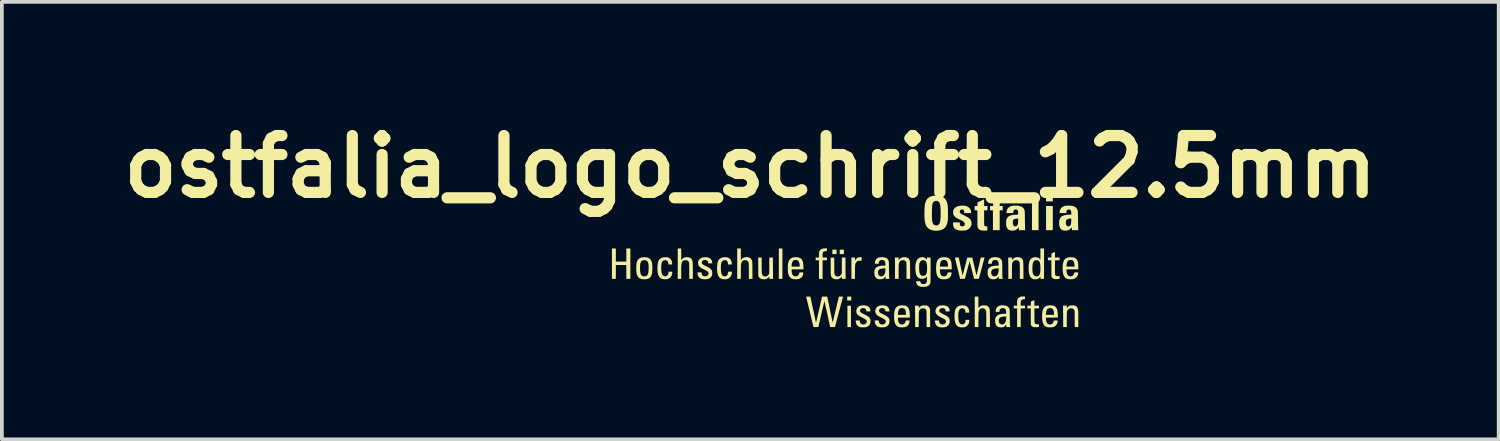
<source format=kicad_pcb>
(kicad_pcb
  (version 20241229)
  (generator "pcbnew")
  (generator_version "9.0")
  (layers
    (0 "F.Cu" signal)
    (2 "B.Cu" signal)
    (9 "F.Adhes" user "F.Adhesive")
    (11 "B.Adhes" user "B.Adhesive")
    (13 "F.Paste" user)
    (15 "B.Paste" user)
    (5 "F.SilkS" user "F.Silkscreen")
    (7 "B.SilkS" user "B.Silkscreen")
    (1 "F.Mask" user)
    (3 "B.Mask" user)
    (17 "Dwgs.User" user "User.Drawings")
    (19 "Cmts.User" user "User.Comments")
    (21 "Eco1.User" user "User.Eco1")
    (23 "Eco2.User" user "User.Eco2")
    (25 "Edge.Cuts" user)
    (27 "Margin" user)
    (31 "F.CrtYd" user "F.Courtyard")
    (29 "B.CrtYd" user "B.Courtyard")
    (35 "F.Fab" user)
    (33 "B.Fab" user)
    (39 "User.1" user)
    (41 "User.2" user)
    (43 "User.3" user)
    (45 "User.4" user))
  (footprint "ostfalia_logo_schrift_12.5mm"
    (layer "F.Cu")
    (at 19.602 3.958)
    (property "Reference" "ostfalia_logo_schrift_12.5mm" (at -2.54 -2.54 0) (layer "F.SilkS") (effects (font (size 1.524 1.524) (thickness 0.3))))
    (attr board_only exclude_from_pos_files exclude_from_bom)
    (fp_poly (pts (xy -1.679 0.467) (xy -1.775 0.467) (xy -1.775 -0.347) (xy -1.679 -0.347)) (stroke (width 0) (type solid)) (fill yes) (layer "F.SilkS"))
    (fp_poly (pts (xy -0.228 -0.197) (xy -0.34 -0.197) (xy -0.34 -0.316) (xy -0.228 -0.316)) (stroke (width 0) (type solid)) (fill yes) (layer "F.SilkS"))
    (fp_poly (pts (xy -0.031 -0.197) (xy -0.143 -0.197) (xy -0.143 -0.316) (xy -0.031 -0.316)) (stroke (width 0) (type solid)) (fill yes) (layer "F.SilkS"))
    (fp_poly (pts (xy 0.166 1.046) (xy 0.058 1.046) (xy 0.058 0.942) (xy 0.166 0.942)) (stroke (width 0) (type solid)) (fill yes) (layer "F.SilkS"))
    (fp_poly (pts (xy 5.187 -0.838) (xy 5.01 -0.838) (xy 5.01 -1.752) (xy 5.187 -1.752)) (stroke (width 0) (type solid)) (fill yes) (layer "F.SilkS"))
    (fp_poly (pts (xy 5.569 -1.609) (xy 5.388 -1.609) (xy 5.388 -1.756) (xy 5.569 -1.756)) (stroke (width 0) (type solid)) (fill yes) (layer "F.SilkS"))
    (fp_poly (pts (xy 5.569 -0.838) (xy 5.388 -0.838) (xy 5.388 -1.486) (xy 5.569 -1.486)) (stroke (width 0) (type solid)) (fill yes) (layer "F.SilkS"))
    (fp_poly (pts (xy -6.144 0.004) (xy -5.863 0.004) (xy -5.863 -0.347) (xy -5.755 -0.347) (xy -5.755 0.467) (xy -5.863 0.467) (xy -5.863 0.096) (xy -6.144 0.096) (xy -6.144 0.467) (xy -6.249 0.467) (xy -6.249 -0.347) (xy -6.144 -0.347)) (stroke (width 0) (type solid)) (fill yes) (layer "F.SilkS"))
    (fp_poly (pts (xy 0.158 1.76) (xy 0.112 1.76) (xy 0.09 1.76) (xy 0.075 1.759) (xy 0.067 1.757) (xy 0.064 1.755) (xy 0.063 1.751) (xy 0.063 1.739) (xy 0.063 1.721) (xy 0.063 1.697) (xy 0.063 1.668) (xy 0.062 1.634) (xy 0.062 1.596) (xy 0.062 1.555) (xy 0.063 1.51) (xy 0.063 1.469) (xy 0.064 1.187) (xy 0.111 1.186) (xy 0.158 1.185)) (stroke (width 0) (type solid)) (fill yes) (layer "F.SilkS"))
    (fp_poly (pts (xy 0.444 -0.017) (xy 0.406 -0.018) (xy 0.384 -0.019) (xy 0.368 -0.018) (xy 0.355 -0.016) (xy 0.348 -0.014) (xy 0.324 -0.002) (xy 0.303 0.017) (xy 0.287 0.041) (xy 0.276 0.07) (xy 0.27 0.095) (xy 0.27 0.104) (xy 0.269 0.121) (xy 0.268 0.143) (xy 0.267 0.17) (xy 0.267 0.201) (xy 0.267 0.235) (xy 0.266 0.271) (xy 0.266 0.294) (xy 0.266 0.467) (xy 0.17 0.467) (xy 0.17 -0.104) (xy 0.266 -0.104) (xy 0.266 -0.063) (xy 0.266 -0.021) (xy 0.276 -0.038) (xy 0.294 -0.065) (xy 0.314 -0.084) (xy 0.337 -0.099) (xy 0.365 -0.108) (xy 0.39 -0.112) (xy 0.406 -0.114) (xy 0.421 -0.115) (xy 0.431 -0.116) (xy 0.433 -0.116) (xy 0.444 -0.116)) (stroke (width 0) (type solid)) (fill yes) (layer "F.SilkS"))
    (fp_poly (pts (xy 4.238 -1.64) (xy 4.215 -1.64) (xy 4.195 -1.639) (xy 4.179 -1.635) (xy 4.167 -1.628) (xy 4.159 -1.617) (xy 4.153 -1.6) (xy 4.149 -1.577) (xy 4.147 -1.548) (xy 4.146 -1.54) (xy 4.144 -1.486) (xy 4.226 -1.486) (xy 4.226 -1.37) (xy 4.145 -1.37) (xy 4.145 -0.838) (xy 3.964 -0.838) (xy 3.964 -1.37) (xy 3.887 -1.37) (xy 3.887 -1.486) (xy 3.967 -1.486) (xy 3.968 -1.57) (xy 3.969 -1.597) (xy 3.969 -1.619) (xy 3.97 -1.634) (xy 3.971 -1.646) (xy 3.972 -1.655) (xy 3.974 -1.663) (xy 3.977 -1.67) (xy 3.981 -1.678) (xy 3.992 -1.698) (xy 4.005 -1.714) (xy 4.021 -1.727) (xy 4.041 -1.738) (xy 4.065 -1.745) (xy 4.095 -1.75) (xy 4.131 -1.754) (xy 4.165 -1.755) (xy 4.238 -1.757)) (stroke (width 0) (type solid)) (fill yes) (layer "F.SilkS"))
    (fp_poly (pts (xy 4.797 0.94) (xy 4.824 0.943) (xy 4.824 1.011) (xy 4.805 1.011) (xy 4.777 1.014) (xy 4.752 1.021) (xy 4.733 1.032) (xy 4.719 1.047) (xy 4.713 1.061) (xy 4.711 1.07) (xy 4.71 1.085) (xy 4.709 1.103) (xy 4.709 1.124) (xy 4.709 1.13) (xy 4.709 1.185) (xy 4.824 1.185) (xy 4.824 1.258) (xy 4.709 1.258) (xy 4.709 1.76) (xy 4.612 1.76) (xy 4.612 1.258) (xy 4.523 1.258) (xy 4.523 1.185) (xy 4.612 1.185) (xy 4.612 1.12) (xy 4.613 1.087) (xy 4.614 1.06) (xy 4.617 1.038) (xy 4.621 1.021) (xy 4.627 1.006) (xy 4.635 0.994) (xy 4.648 0.979) (xy 4.666 0.965) (xy 4.685 0.954) (xy 4.696 0.949) (xy 4.72 0.944) (xy 4.748 0.941) (xy 4.776 0.939)) (stroke (width 0) (type solid)) (fill yes) (layer "F.SilkS"))
    (fp_poly (pts (xy -0.508 -0.35) (xy -0.486 -0.347) (xy -0.486 -0.279) (xy -0.517 -0.277) (xy -0.545 -0.273) (xy -0.567 -0.266) (xy -0.583 -0.254) (xy -0.593 -0.239) (xy -0.597 -0.232) (xy -0.599 -0.225) (xy -0.601 -0.216) (xy -0.602 -0.203) (xy -0.602 -0.186) (xy -0.602 -0.163) (xy -0.602 -0.104) (xy -0.486 -0.104) (xy -0.486 -0.031) (xy -0.602 -0.031) (xy -0.602 0.467) (xy -0.699 0.467) (xy -0.699 -0.031) (xy -0.787 -0.031) (xy -0.787 -0.104) (xy -0.699 -0.104) (xy -0.698 -0.18) (xy -0.697 -0.207) (xy -0.697 -0.227) (xy -0.696 -0.242) (xy -0.695 -0.253) (xy -0.693 -0.262) (xy -0.69 -0.27) (xy -0.687 -0.277) (xy -0.673 -0.3) (xy -0.653 -0.32) (xy -0.628 -0.335) (xy -0.615 -0.34) (xy -0.589 -0.346) (xy -0.56 -0.35) (xy -0.531 -0.351)) (stroke (width 0) (type solid)) (fill yes) (layer "F.SilkS"))
    (fp_poly (pts (xy 5.626 -0.251) (xy 5.627 -0.241) (xy 5.627 -0.225) (xy 5.627 -0.205) (xy 5.627 -0.183) (xy 5.627 -0.179) (xy 5.627 -0.104) (xy 5.751 -0.104) (xy 5.751 -0.031) (xy 5.627 -0.031) (xy 5.627 0.159) (xy 5.627 0.203) (xy 5.627 0.239) (xy 5.628 0.269) (xy 5.628 0.294) (xy 5.628 0.313) (xy 5.629 0.329) (xy 5.629 0.34) (xy 5.63 0.348) (xy 5.631 0.355) (xy 5.633 0.359) (xy 5.634 0.363) (xy 5.645 0.377) (xy 5.663 0.387) (xy 5.685 0.393) (xy 5.711 0.395) (xy 5.729 0.394) (xy 5.751 0.391) (xy 5.751 0.466) (xy 5.714 0.47) (xy 5.675 0.474) (xy 5.641 0.474) (xy 5.613 0.471) (xy 5.606 0.469) (xy 5.579 0.459) (xy 5.557 0.445) (xy 5.542 0.426) (xy 5.535 0.409) (xy 5.534 0.403) (xy 5.533 0.39) (xy 5.532 0.371) (xy 5.532 0.345) (xy 5.531 0.313) (xy 5.531 0.274) (xy 5.531 0.227) (xy 5.531 0.182) (xy 5.531 -0.031) (xy 5.438 -0.031) (xy 5.438 -0.104) (xy 5.531 -0.104) (xy 5.533 -0.213) (xy 5.578 -0.234) (xy 5.596 -0.242) (xy 5.61 -0.248) (xy 5.62 -0.253) (xy 5.625 -0.255) (xy 5.626 -0.255)) (stroke (width 0) (type solid)) (fill yes) (layer "F.SilkS"))
    (fp_poly (pts (xy -2.235 0.092) (xy -2.235 0.132) (xy -2.234 0.17) (xy -2.234 0.206) (xy -2.233 0.238) (xy -2.233 0.265) (xy -2.232 0.288) (xy -2.232 0.304) (xy -2.231 0.314) (xy -2.231 0.314) (xy -2.223 0.344) (xy -2.211 0.368) (xy -2.195 0.386) (xy -2.174 0.398) (xy -2.151 0.404) (xy -2.125 0.403) (xy -2.1 0.396) (xy -2.077 0.382) (xy -2.057 0.364) (xy -2.042 0.341) (xy -2.041 0.339) (xy -2.032 0.318) (xy -2.031 0.107) (xy -2.03 -0.104) (xy -1.934 -0.104) (xy -1.933 0.173) (xy -1.932 0.218) (xy -1.932 0.262) (xy -1.931 0.303) (xy -1.931 0.34) (xy -1.93 0.374) (xy -1.93 0.403) (xy -1.929 0.426) (xy -1.929 0.444) (xy -1.928 0.455) (xy -1.928 0.458) (xy -1.925 0.467) (xy -2.03 0.467) (xy -2.03 0.406) (xy -2.05 0.427) (xy -2.076 0.449) (xy -2.099 0.462) (xy -2.112 0.468) (xy -2.123 0.473) (xy -2.134 0.475) (xy -2.147 0.476) (xy -2.165 0.477) (xy -2.168 0.477) (xy -2.192 0.477) (xy -2.213 0.476) (xy -2.228 0.474) (xy -2.229 0.473) (xy -2.26 0.462) (xy -2.285 0.445) (xy -2.306 0.423) (xy -2.317 0.403) (xy -2.325 0.384) (xy -2.327 0.14) (xy -2.328 -0.104) (xy -2.235 -0.104)) (stroke (width 0) (type solid)) (fill yes) (layer "F.SilkS"))
    (fp_poly (pts (xy 5.074 1.038) (xy 5.075 1.048) (xy 5.075 1.064) (xy 5.075 1.084) (xy 5.075 1.106) (xy 5.075 1.11) (xy 5.075 1.185) (xy 5.199 1.185) (xy 5.199 1.258) (xy 5.075 1.258) (xy 5.076 1.453) (xy 5.076 1.497) (xy 5.077 1.533) (xy 5.077 1.564) (xy 5.077 1.588) (xy 5.078 1.608) (xy 5.078 1.623) (xy 5.079 1.634) (xy 5.08 1.643) (xy 5.081 1.649) (xy 5.082 1.653) (xy 5.084 1.656) (xy 5.085 1.658) (xy 5.096 1.67) (xy 5.11 1.678) (xy 5.128 1.682) (xy 5.152 1.684) (xy 5.161 1.684) (xy 5.199 1.683) (xy 5.199 1.755) (xy 5.186 1.758) (xy 5.174 1.759) (xy 5.157 1.76) (xy 5.137 1.761) (xy 5.115 1.762) (xy 5.094 1.762) (xy 5.076 1.762) (xy 5.062 1.761) (xy 5.055 1.76) (xy 5.03 1.751) (xy 5.009 1.737) (xy 4.993 1.72) (xy 4.983 1.701) (xy 4.983 1.699) (xy 4.982 1.692) (xy 4.981 1.677) (xy 4.98 1.654) (xy 4.98 1.625) (xy 4.979 1.589) (xy 4.979 1.547) (xy 4.979 1.498) (xy 4.979 1.471) (xy 4.979 1.258) (xy 4.886 1.258) (xy 4.886 1.185) (xy 4.979 1.185) (xy 4.98 1.131) (xy 4.981 1.077) (xy 5.027 1.056) (xy 5.044 1.048) (xy 5.058 1.041) (xy 5.069 1.037) (xy 5.074 1.034) (xy 5.074 1.034)) (stroke (width 0) (type solid)) (fill yes) (layer "F.SilkS"))
    (fp_poly (pts (xy 3.726 -1.66) (xy 3.727 -1.649) (xy 3.728 -1.634) (xy 3.728 -1.613) (xy 3.728 -1.589) (xy 3.728 -1.575) (xy 3.728 -1.486) (xy 3.817 -1.486) (xy 3.817 -1.37) (xy 3.728 -1.37) (xy 3.728 -1.172) (xy 3.728 -1.125) (xy 3.728 -1.086) (xy 3.729 -1.052) (xy 3.729 -1.025) (xy 3.73 -1.003) (xy 3.731 -0.986) (xy 3.732 -0.972) (xy 3.735 -0.962) (xy 3.737 -0.955) (xy 3.741 -0.951) (xy 3.745 -0.947) (xy 3.751 -0.945) (xy 3.757 -0.944) (xy 3.761 -0.943) (xy 3.776 -0.94) (xy 3.792 -0.939) (xy 3.797 -0.94) (xy 3.813 -0.942) (xy 3.813 -0.831) (xy 3.795 -0.828) (xy 3.776 -0.827) (xy 3.753 -0.826) (xy 3.728 -0.826) (xy 3.702 -0.827) (xy 3.679 -0.829) (xy 3.66 -0.831) (xy 3.651 -0.833) (xy 3.619 -0.845) (xy 3.593 -0.861) (xy 3.572 -0.882) (xy 3.558 -0.908) (xy 3.555 -0.918) (xy 3.553 -0.924) (xy 3.552 -0.929) (xy 3.55 -0.936) (xy 3.549 -0.945) (xy 3.549 -0.956) (xy 3.548 -0.969) (xy 3.548 -0.986) (xy 3.547 -1.008) (xy 3.547 -1.035) (xy 3.547 -1.067) (xy 3.547 -1.105) (xy 3.547 -1.151) (xy 3.547 -1.37) (xy 3.474 -1.37) (xy 3.474 -1.486) (xy 3.547 -1.486) (xy 3.549 -1.584) (xy 3.636 -1.623) (xy 3.66 -1.634) (xy 3.682 -1.644) (xy 3.7 -1.652) (xy 3.714 -1.659) (xy 3.723 -1.662) (xy 3.725 -1.663)) (stroke (width 0) (type solid)) (fill yes) (layer "F.SilkS"))
    (fp_poly (pts (xy -4.39 -0.03) (xy -4.375 -0.053) (xy -4.356 -0.075) (xy -4.334 -0.092) (xy -4.308 -0.104) (xy -4.277 -0.111) (xy -4.24 -0.113) (xy -4.238 -0.113) (xy -4.2 -0.111) (xy -4.168 -0.104) (xy -4.142 -0.092) (xy -4.121 -0.074) (xy -4.105 -0.05) (xy -4.093 -0.021) (xy -4.085 0.015) (xy -4.083 0.03) (xy -4.083 0.042) (xy -4.082 0.06) (xy -4.081 0.084) (xy -4.081 0.112) (xy -4.08 0.145) (xy -4.08 0.182) (xy -4.08 0.22) (xy -4.08 0.26) (xy -4.08 0.267) (xy -4.08 0.467) (xy -4.176 0.467) (xy -4.177 0.254) (xy -4.177 0.207) (xy -4.178 0.167) (xy -4.178 0.134) (xy -4.178 0.107) (xy -4.179 0.085) (xy -4.179 0.067) (xy -4.18 0.053) (xy -4.181 0.043) (xy -4.182 0.035) (xy -4.183 0.029) (xy -4.184 0.025) (xy -4.185 0.024) (xy -4.196 0.002) (xy -4.211 -0.014) (xy -4.224 -0.024) (xy -4.233 -0.028) (xy -4.242 -0.031) (xy -4.253 -0.032) (xy -4.269 -0.033) (xy -4.276 -0.033) (xy -4.294 -0.033) (xy -4.307 -0.032) (xy -4.316 -0.029) (xy -4.325 -0.026) (xy -4.331 -0.022) (xy -4.35 -0.008) (xy -4.365 0.01) (xy -4.376 0.033) (xy -4.384 0.062) (xy -4.388 0.096) (xy -4.389 0.108) (xy -4.39 0.126) (xy -4.391 0.151) (xy -4.391 0.18) (xy -4.392 0.212) (xy -4.392 0.247) (xy -4.392 0.284) (xy -4.392 0.3) (xy -4.392 0.467) (xy -4.485 0.467) (xy -4.485 -0.347) (xy -4.392 -0.347)) (stroke (width 0) (type solid)) (fill yes) (layer "F.SilkS"))
    (fp_poly (pts (xy -2.794 -0.188) (xy -2.794 -0.148) (xy -2.794 -0.114) (xy -2.794 -0.088) (xy -2.793 -0.067) (xy -2.793 -0.052) (xy -2.792 -0.042) (xy -2.791 -0.037) (xy -2.79 -0.036) (xy -2.789 -0.036) (xy -2.769 -0.064) (xy -2.745 -0.086) (xy -2.718 -0.101) (xy -2.686 -0.11) (xy -2.67 -0.113) (xy -2.632 -0.115) (xy -2.597 -0.111) (xy -2.567 -0.103) (xy -2.541 -0.089) (xy -2.52 -0.07) (xy -2.507 -0.05) (xy -2.502 -0.041) (xy -2.498 -0.033) (xy -2.495 -0.024) (xy -2.492 -0.016) (xy -2.49 -0.005) (xy -2.488 0.007) (xy -2.487 0.021) (xy -2.486 0.039) (xy -2.485 0.061) (xy -2.484 0.088) (xy -2.484 0.119) (xy -2.483 0.157) (xy -2.483 0.201) (xy -2.483 0.24) (xy -2.481 0.467) (xy -2.578 0.467) (xy -2.578 0.273) (xy -2.578 0.233) (xy -2.579 0.195) (xy -2.579 0.16) (xy -2.579 0.128) (xy -2.58 0.101) (xy -2.581 0.078) (xy -2.581 0.062) (xy -2.582 0.053) (xy -2.582 0.053) (xy -2.589 0.023) (xy -2.601 -0.000133) (xy -2.617 -0.017) (xy -2.639 -0.029) (xy -2.665 -0.034) (xy -2.694 -0.034) (xy -2.721 -0.028) (xy -2.744 -0.015) (xy -2.762 0.003) (xy -2.776 0.028) (xy -2.779 0.036) (xy -2.782 0.047) (xy -2.785 0.059) (xy -2.788 0.074) (xy -2.79 0.091) (xy -2.791 0.112) (xy -2.792 0.136) (xy -2.793 0.166) (xy -2.794 0.201) (xy -2.794 0.243) (xy -2.794 0.291) (xy -2.794 0.296) (xy -2.794 0.467) (xy -2.891 0.467) (xy -2.891 -0.347) (xy -2.794 -0.347)) (stroke (width 0) (type solid)) (fill yes) (layer "F.SilkS"))
    (fp_poly (pts (xy -0.289 0.111) (xy -0.288 0.158) (xy -0.288 0.197) (xy -0.288 0.23) (xy -0.287 0.258) (xy -0.287 0.28) (xy -0.286 0.298) (xy -0.286 0.312) (xy -0.285 0.322) (xy -0.284 0.33) (xy -0.283 0.336) (xy -0.281 0.341) (xy -0.281 0.343) (xy -0.268 0.368) (xy -0.251 0.386) (xy -0.239 0.394) (xy -0.214 0.403) (xy -0.188 0.404) (xy -0.163 0.399) (xy -0.14 0.388) (xy -0.119 0.371) (xy -0.102 0.348) (xy -0.098 0.34) (xy -0.087 0.318) (xy -0.086 0.107) (xy -0.085 -0.104) (xy 0.011 -0.104) (xy 0.013 0.173) (xy 0.013 0.218) (xy 0.013 0.262) (xy 0.014 0.303) (xy 0.014 0.34) (xy 0.015 0.374) (xy 0.015 0.403) (xy 0.016 0.426) (xy 0.016 0.444) (xy 0.017 0.455) (xy 0.017 0.458) (xy 0.02 0.467) (xy -0.085 0.467) (xy -0.085 0.405) (xy -0.105 0.426) (xy -0.126 0.446) (xy -0.152 0.461) (xy -0.153 0.462) (xy -0.167 0.468) (xy -0.178 0.473) (xy -0.188 0.475) (xy -0.202 0.476) (xy -0.22 0.477) (xy -0.223 0.477) (xy -0.247 0.477) (xy -0.268 0.476) (xy -0.283 0.474) (xy -0.284 0.473) (xy -0.314 0.462) (xy -0.34 0.445) (xy -0.359 0.424) (xy -0.371 0.404) (xy -0.374 0.396) (xy -0.377 0.386) (xy -0.379 0.374) (xy -0.381 0.359) (xy -0.382 0.341) (xy -0.384 0.32) (xy -0.384 0.294) (xy -0.385 0.262) (xy -0.385 0.225) (xy -0.385 0.182) (xy -0.385 0.132) (xy -0.385 0.104) (xy -0.384 -0.102) (xy -0.29 -0.104)) (stroke (width 0) (type solid)) (fill yes) (layer "F.SilkS"))
    (fp_poly (pts (xy 1.623 -0.112) (xy 1.65 -0.106) (xy 1.673 -0.098) (xy 1.675 -0.097) (xy 1.697 -0.082) (xy 1.716 -0.06) (xy 1.731 -0.032) (xy 1.734 -0.024) (xy 1.735 -0.018) (xy 1.737 -0.013) (xy 1.738 -0.007) (xy 1.739 -0.001) (xy 1.74 0.008) (xy 1.741 0.018) (xy 1.742 0.032) (xy 1.742 0.049) (xy 1.743 0.071) (xy 1.743 0.097) (xy 1.743 0.129) (xy 1.743 0.168) (xy 1.744 0.213) (xy 1.744 0.234) (xy 1.745 0.467) (xy 1.648 0.467) (xy 1.647 0.248) (xy 1.647 0.201) (xy 1.647 0.161) (xy 1.646 0.128) (xy 1.646 0.101) (xy 1.646 0.078) (xy 1.645 0.061) (xy 1.645 0.047) (xy 1.644 0.037) (xy 1.643 0.029) (xy 1.642 0.023) (xy 1.641 0.019) (xy 1.639 0.016) (xy 1.639 0.015) (xy 1.624 -0.007) (xy 1.605 -0.022) (xy 1.582 -0.031) (xy 1.554 -0.034) (xy 1.542 -0.034) (xy 1.514 -0.029) (xy 1.49 -0.018) (xy 1.471 -0.002) (xy 1.457 0.021) (xy 1.446 0.05) (xy 1.44 0.083) (xy 1.439 0.092) (xy 1.438 0.108) (xy 1.438 0.131) (xy 1.437 0.158) (xy 1.437 0.189) (xy 1.436 0.223) (xy 1.436 0.26) (xy 1.436 0.289) (xy 1.436 0.467) (xy 1.339 0.467) (xy 1.339 0.211) (xy 1.339 0.166) (xy 1.339 0.123) (xy 1.339 0.082) (xy 1.339 0.045) (xy 1.338 0.011) (xy 1.338 -0.019) (xy 1.338 -0.043) (xy 1.337 -0.061) (xy 1.337 -0.072) (xy 1.337 -0.075) (xy 1.334 -0.104) (xy 1.436 -0.104) (xy 1.436 -0.03) (xy 1.453 -0.054) (xy 1.473 -0.076) (xy 1.495 -0.093) (xy 1.522 -0.104) (xy 1.553 -0.112) (xy 1.569 -0.114) (xy 1.595 -0.115)) (stroke (width 0) (type solid)) (fill yes) (layer "F.SilkS"))
    (fp_poly (pts (xy 6.119 1.179) (xy 6.135 1.18) (xy 6.147 1.18) (xy 6.156 1.182) (xy 6.164 1.184) (xy 6.173 1.188) (xy 6.176 1.19) (xy 6.199 1.205) (xy 6.218 1.224) (xy 6.232 1.248) (xy 6.242 1.278) (xy 6.248 1.314) (xy 6.249 1.319) (xy 6.25 1.329) (xy 6.25 1.347) (xy 6.251 1.37) (xy 6.251 1.398) (xy 6.252 1.431) (xy 6.252 1.467) (xy 6.252 1.505) (xy 6.252 1.545) (xy 6.252 1.556) (xy 6.253 1.76) (xy 6.156 1.76) (xy 6.154 1.326) (xy 6.144 1.304) (xy 6.132 1.285) (xy 6.116 1.271) (xy 6.095 1.261) (xy 6.091 1.26) (xy 6.064 1.255) (xy 6.037 1.257) (xy 6.011 1.265) (xy 5.989 1.278) (xy 5.97 1.297) (xy 5.963 1.31) (xy 5.959 1.318) (xy 5.955 1.326) (xy 5.952 1.336) (xy 5.95 1.347) (xy 5.948 1.36) (xy 5.947 1.376) (xy 5.946 1.396) (xy 5.945 1.42) (xy 5.944 1.45) (xy 5.944 1.485) (xy 5.944 1.526) (xy 5.944 1.568) (xy 5.944 1.76) (xy 5.848 1.76) (xy 5.846 1.479) (xy 5.846 1.433) (xy 5.846 1.389) (xy 5.845 1.348) (xy 5.845 1.311) (xy 5.844 1.277) (xy 5.844 1.248) (xy 5.843 1.224) (xy 5.843 1.207) (xy 5.842 1.196) (xy 5.842 1.192) (xy 5.841 1.189) (xy 5.843 1.187) (xy 5.848 1.186) (xy 5.857 1.185) (xy 5.872 1.185) (xy 5.891 1.185) (xy 5.944 1.185) (xy 5.944 1.26) (xy 5.955 1.243) (xy 5.974 1.218) (xy 5.997 1.2) (xy 6.015 1.19) (xy 6.025 1.186) (xy 6.033 1.183) (xy 6.042 1.181) (xy 6.053 1.18) (xy 6.067 1.179) (xy 6.088 1.179) (xy 6.096 1.179)) (stroke (width 0) (type solid)) (fill yes) (layer "F.SilkS"))
    (fp_poly (pts (xy 2.136 1.178) (xy 2.156 1.178) (xy 2.171 1.179) (xy 2.182 1.181) (xy 2.191 1.184) (xy 2.201 1.188) (xy 2.21 1.193) (xy 2.232 1.206) (xy 2.249 1.223) (xy 2.262 1.244) (xy 2.27 1.263) (xy 2.279 1.287) (xy 2.281 1.76) (xy 2.185 1.76) (xy 2.185 1.545) (xy 2.185 1.496) (xy 2.184 1.454) (xy 2.184 1.419) (xy 2.184 1.389) (xy 2.183 1.365) (xy 2.182 1.346) (xy 2.181 1.33) (xy 2.179 1.318) (xy 2.177 1.308) (xy 2.175 1.3) (xy 2.171 1.294) (xy 2.167 1.289) (xy 2.162 1.284) (xy 2.159 1.28) (xy 2.139 1.266) (xy 2.117 1.257) (xy 2.092 1.254) (xy 2.067 1.257) (xy 2.043 1.264) (xy 2.021 1.276) (xy 2.004 1.293) (xy 2.002 1.296) (xy 1.997 1.304) (xy 1.993 1.311) (xy 1.989 1.318) (xy 1.986 1.326) (xy 1.984 1.335) (xy 1.982 1.346) (xy 1.98 1.36) (xy 1.979 1.378) (xy 1.978 1.399) (xy 1.978 1.426) (xy 1.977 1.458) (xy 1.977 1.496) (xy 1.976 1.541) (xy 1.976 1.553) (xy 1.974 1.758) (xy 1.927 1.759) (xy 1.88 1.76) (xy 1.878 1.487) (xy 1.878 1.441) (xy 1.877 1.398) (xy 1.877 1.357) (xy 1.876 1.319) (xy 1.876 1.285) (xy 1.875 1.256) (xy 1.875 1.232) (xy 1.874 1.214) (xy 1.874 1.203) (xy 1.874 1.199) (xy 1.871 1.185) (xy 1.923 1.186) (xy 1.974 1.187) (xy 1.976 1.221) (xy 1.977 1.237) (xy 1.978 1.247) (xy 1.979 1.251) (xy 1.981 1.25) (xy 1.984 1.245) (xy 1.989 1.237) (xy 1.999 1.226) (xy 2.01 1.215) (xy 2.012 1.214) (xy 2.029 1.199) (xy 2.047 1.189) (xy 2.067 1.182) (xy 2.091 1.179) (xy 2.12 1.177)) (stroke (width 0) (type solid)) (fill yes) (layer "F.SilkS"))
    (fp_poly (pts (xy 5.334 0.467) (xy 5.237 0.467) (xy 5.237 0.404) (xy 5.227 0.419) (xy 5.207 0.441) (xy 5.185 0.459) (xy 5.168 0.468) (xy 5.153 0.473) (xy 5.132 0.476) (xy 5.109 0.478) (xy 5.085 0.478) (xy 5.063 0.476) (xy 5.048 0.473) (xy 5.019 0.461) (xy 4.994 0.444) (xy 4.973 0.421) (xy 4.956 0.393) (xy 4.942 0.357) (xy 4.932 0.316) (xy 4.925 0.267) (xy 4.925 0.266) (xy 4.922 0.226) (xy 4.922 0.196) (xy 5.022 0.196) (xy 5.023 0.236) (xy 5.026 0.273) (xy 5.031 0.305) (xy 5.037 0.327) (xy 5.049 0.353) (xy 5.066 0.374) (xy 5.087 0.39) (xy 5.111 0.398) (xy 5.138 0.4) (xy 5.163 0.396) (xy 5.179 0.389) (xy 5.192 0.379) (xy 5.199 0.372) (xy 5.211 0.355) (xy 5.22 0.334) (xy 5.227 0.308) (xy 5.233 0.278) (xy 5.236 0.241) (xy 5.237 0.198) (xy 5.236 0.151) (xy 5.235 0.113) (xy 5.232 0.081) (xy 5.228 0.056) (xy 5.223 0.035) (xy 5.216 0.017) (xy 5.206 0.003) (xy 5.195 -0.01) (xy 5.192 -0.012) (xy 5.175 -0.025) (xy 5.156 -0.032) (xy 5.135 -0.034) (xy 5.122 -0.034) (xy 5.097 -0.03) (xy 5.077 -0.021) (xy 5.061 -0.008) (xy 5.048 0.011) (xy 5.038 0.036) (xy 5.03 0.067) (xy 5.026 0.105) (xy 5.025 0.107) (xy 5.023 0.152) (xy 5.022 0.196) (xy 4.922 0.196) (xy 4.921 0.185) (xy 4.922 0.143) (xy 4.924 0.102) (xy 4.928 0.065) (xy 4.933 0.033) (xy 4.935 0.024) (xy 4.947 -0.014) (xy 4.964 -0.045) (xy 4.985 -0.071) (xy 5.012 -0.091) (xy 5.044 -0.105) (xy 5.075 -0.112) (xy 5.114 -0.114) (xy 5.148 -0.11) (xy 5.179 -0.098) (xy 5.207 -0.08) (xy 5.218 -0.069) (xy 5.237 -0.05) (xy 5.237 -0.347) (xy 5.334 -0.347)) (stroke (width 0) (type solid)) (fill yes) (layer "F.SilkS"))
    (fp_poly (pts (xy -4.783 -0.113) (xy -4.746 -0.105) (xy -4.73 -0.1) (xy -4.703 -0.086) (xy -4.68 -0.066) (xy -4.662 -0.04) (xy -4.647 -0.01) (xy -4.639 0.023) (xy -4.635 0.06) (xy -4.635 0.061) (xy -4.635 0.081) (xy -4.735 0.081) (xy -4.737 0.053) (xy -4.742 0.024) (xy -4.753 0.000432) (xy -4.769 -0.019) (xy -4.772 -0.021) (xy -4.78 -0.027) (xy -4.787 -0.03) (xy -4.796 -0.032) (xy -4.808 -0.033) (xy -4.818 -0.033) (xy -4.837 -0.032) (xy -4.85 -0.03) (xy -4.861 -0.026) (xy -4.865 -0.024) (xy -4.883 -0.012) (xy -4.897 0.003) (xy -4.909 0.023) (xy -4.917 0.047) (xy -4.923 0.077) (xy -4.927 0.112) (xy -4.928 0.154) (xy -4.927 0.191) (xy -4.925 0.237) (xy -4.922 0.275) (xy -4.917 0.307) (xy -4.909 0.333) (xy -4.9 0.354) (xy -4.888 0.371) (xy -4.874 0.383) (xy -4.856 0.392) (xy -4.836 0.398) (xy -4.812 0.4) (xy -4.79 0.394) (xy -4.77 0.382) (xy -4.754 0.365) (xy -4.742 0.342) (xy -4.735 0.315) (xy -4.733 0.302) (xy -4.731 0.274) (xy -4.632 0.274) (xy -4.632 0.293) (xy -4.635 0.331) (xy -4.645 0.367) (xy -4.661 0.399) (xy -4.683 0.426) (xy -4.71 0.448) (xy -4.742 0.465) (xy -4.765 0.473) (xy -4.785 0.476) (xy -4.809 0.478) (xy -4.835 0.478) (xy -4.86 0.476) (xy -4.882 0.473) (xy -4.885 0.473) (xy -4.916 0.463) (xy -4.944 0.449) (xy -4.967 0.429) (xy -4.986 0.404) (xy -5.002 0.374) (xy -5.014 0.337) (xy -5.022 0.295) (xy -5.027 0.245) (xy -5.029 0.189) (xy -5.029 0.183) (xy -5.028 0.129) (xy -5.024 0.081) (xy -5.017 0.04) (xy -5.008 0.004) (xy -4.995 -0.026) (xy -4.979 -0.05) (xy -4.959 -0.07) (xy -4.937 -0.086) (xy -4.933 -0.088) (xy -4.9 -0.102) (xy -4.862 -0.111) (xy -4.823 -0.114)) (stroke (width 0) (type solid)) (fill yes) (layer "F.SilkS"))
    (fp_poly (pts (xy 3.574 1.099) (xy 3.574 1.138) (xy 3.574 1.17) (xy 3.575 1.195) (xy 3.575 1.215) (xy 3.575 1.229) (xy 3.576 1.239) (xy 3.577 1.246) (xy 3.577 1.249) (xy 3.579 1.249) (xy 3.58 1.247) (xy 3.581 1.247) (xy 3.586 1.239) (xy 3.596 1.229) (xy 3.607 1.217) (xy 3.609 1.215) (xy 3.622 1.203) (xy 3.634 1.194) (xy 3.647 1.189) (xy 3.659 1.185) (xy 3.672 1.181) (xy 3.684 1.179) (xy 3.697 1.178) (xy 3.714 1.177) (xy 3.735 1.178) (xy 3.757 1.179) (xy 3.774 1.18) (xy 3.786 1.182) (xy 3.797 1.185) (xy 3.805 1.188) (xy 3.825 1.201) (xy 3.844 1.219) (xy 3.859 1.24) (xy 3.864 1.249) (xy 3.868 1.258) (xy 3.871 1.267) (xy 3.874 1.277) (xy 3.876 1.289) (xy 3.878 1.302) (xy 3.879 1.319) (xy 3.88 1.339) (xy 3.881 1.363) (xy 3.882 1.392) (xy 3.882 1.426) (xy 3.882 1.466) (xy 3.883 1.514) (xy 3.883 1.543) (xy 3.883 1.76) (xy 3.786 1.76) (xy 3.786 1.556) (xy 3.786 1.511) (xy 3.786 1.469) (xy 3.786 1.432) (xy 3.785 1.399) (xy 3.785 1.372) (xy 3.784 1.351) (xy 3.783 1.337) (xy 3.782 1.331) (xy 3.774 1.305) (xy 3.761 1.284) (xy 3.742 1.269) (xy 3.738 1.266) (xy 3.719 1.259) (xy 3.696 1.256) (xy 3.672 1.256) (xy 3.651 1.26) (xy 3.637 1.265) (xy 3.617 1.28) (xy 3.6 1.3) (xy 3.587 1.325) (xy 3.585 1.331) (xy 3.583 1.337) (xy 3.581 1.343) (xy 3.58 1.349) (xy 3.579 1.357) (xy 3.578 1.367) (xy 3.577 1.379) (xy 3.576 1.395) (xy 3.576 1.415) (xy 3.576 1.44) (xy 3.575 1.47) (xy 3.575 1.507) (xy 3.575 1.55) (xy 3.575 1.558) (xy 3.574 1.76) (xy 3.477 1.76) (xy 3.477 0.942) (xy 3.574 0.942)) (stroke (width 0) (type solid)) (fill yes) (layer "F.SilkS"))
    (fp_poly (pts (xy -3.191 -0.113) (xy -3.165 -0.11) (xy -3.142 -0.104) (xy -3.121 -0.096) (xy -3.117 -0.094) (xy -3.092 -0.077) (xy -3.071 -0.054) (xy -3.055 -0.027) (xy -3.044 0.005) (xy -3.038 0.041) (xy -3.038 0.058) (xy -3.038 0.081) (xy -3.138 0.081) (xy -3.138 0.06) (xy -3.141 0.036) (xy -3.148 0.013) (xy -3.16 -0.007) (xy -3.174 -0.022) (xy -3.191 -0.031) (xy -3.198 -0.033) (xy -3.221 -0.035) (xy -3.245 -0.031) (xy -3.267 -0.024) (xy -3.286 -0.012) (xy -3.291 -0.007) (xy -3.303 0.01) (xy -3.313 0.033) (xy -3.322 0.061) (xy -3.324 0.072) (xy -3.326 0.085) (xy -3.327 0.101) (xy -3.328 0.122) (xy -3.329 0.148) (xy -3.329 0.168) (xy -3.328 0.217) (xy -3.325 0.259) (xy -3.32 0.295) (xy -3.314 0.324) (xy -3.305 0.348) (xy -3.293 0.367) (xy -3.278 0.381) (xy -3.261 0.391) (xy -3.24 0.398) (xy -3.232 0.399) (xy -3.209 0.399) (xy -3.188 0.393) (xy -3.169 0.38) (xy -3.154 0.361) (xy -3.143 0.338) (xy -3.136 0.311) (xy -3.135 0.3) (xy -3.133 0.274) (xy -3.034 0.274) (xy -3.034 0.298) (xy -3.037 0.336) (xy -3.048 0.371) (xy -3.065 0.402) (xy -3.087 0.429) (xy -3.116 0.451) (xy -3.149 0.467) (xy -3.165 0.472) (xy -3.182 0.476) (xy -3.205 0.478) (xy -3.23 0.478) (xy -3.256 0.477) (xy -3.279 0.474) (xy -3.287 0.473) (xy -3.321 0.462) (xy -3.35 0.445) (xy -3.374 0.421) (xy -3.394 0.392) (xy -3.409 0.356) (xy -3.416 0.335) (xy -3.423 0.299) (xy -3.428 0.26) (xy -3.431 0.218) (xy -3.431 0.175) (xy -3.43 0.132) (xy -3.426 0.09) (xy -3.42 0.052) (xy -3.413 0.018) (xy -3.403 -0.01) (xy -3.4 -0.018) (xy -3.382 -0.048) (xy -3.359 -0.072) (xy -3.331 -0.09) (xy -3.298 -0.103) (xy -3.259 -0.111) (xy -3.223 -0.113)) (stroke (width 0) (type solid)) (fill yes) (layer "F.SilkS"))
    (fp_poly (pts (xy 3.159 1.178) (xy 3.189 1.18) (xy 3.213 1.183) (xy 3.232 1.189) (xy 3.25 1.197) (xy 3.266 1.209) (xy 3.275 1.217) (xy 3.298 1.242) (xy 3.314 1.272) (xy 3.324 1.307) (xy 3.327 1.345) (xy 3.327 1.346) (xy 3.327 1.374) (xy 3.227 1.374) (xy 3.227 1.351) (xy 3.224 1.322) (xy 3.215 1.298) (xy 3.202 1.279) (xy 3.184 1.265) (xy 3.162 1.257) (xy 3.137 1.255) (xy 3.135 1.256) (xy 3.11 1.261) (xy 3.089 1.271) (xy 3.071 1.287) (xy 3.057 1.309) (xy 3.047 1.337) (xy 3.039 1.37) (xy 3.035 1.411) (xy 3.034 1.458) (xy 3.035 1.486) (xy 3.037 1.521) (xy 3.039 1.549) (xy 3.042 1.573) (xy 3.046 1.594) (xy 3.051 1.612) (xy 3.053 1.619) (xy 3.065 1.646) (xy 3.081 1.666) (xy 3.102 1.68) (xy 3.128 1.688) (xy 3.133 1.689) (xy 3.157 1.688) (xy 3.178 1.681) (xy 3.197 1.668) (xy 3.212 1.649) (xy 3.223 1.627) (xy 3.23 1.601) (xy 3.23 1.586) (xy 3.23 1.567) (xy 3.331 1.567) (xy 3.331 1.588) (xy 3.327 1.626) (xy 3.317 1.66) (xy 3.3 1.692) (xy 3.284 1.712) (xy 3.261 1.734) (xy 3.236 1.749) (xy 3.209 1.76) (xy 3.179 1.766) (xy 3.142 1.767) (xy 3.14 1.767) (xy 3.12 1.767) (xy 3.1 1.765) (xy 3.083 1.763) (xy 3.075 1.762) (xy 3.042 1.75) (xy 3.014 1.734) (xy 2.99 1.711) (xy 2.971 1.683) (xy 2.956 1.648) (xy 2.949 1.623) (xy 2.941 1.587) (xy 2.936 1.544) (xy 2.934 1.498) (xy 2.934 1.449) (xy 2.937 1.4) (xy 2.937 1.39) (xy 2.943 1.348) (xy 2.95 1.312) (xy 2.961 1.282) (xy 2.974 1.256) (xy 2.991 1.234) (xy 2.994 1.231) (xy 3.016 1.211) (xy 3.041 1.196) (xy 3.069 1.186) (xy 3.102 1.18) (xy 3.141 1.178)) (stroke (width 0) (type solid)) (fill yes) (layer "F.SilkS"))
    (fp_poly (pts (xy 6.091 -0.111) (xy 6.127 -0.105) (xy 6.158 -0.095) (xy 6.184 -0.079) (xy 6.205 -0.058) (xy 6.222 -0.032) (xy 6.235 0.001) (xy 6.241 0.021) (xy 6.244 0.034) (xy 6.247 0.047) (xy 6.248 0.063) (xy 6.25 0.082) (xy 6.251 0.106) (xy 6.252 0.132) (xy 6.254 0.212) (xy 5.936 0.212) (xy 5.936 0.24) (xy 5.938 0.276) (xy 5.944 0.308) (xy 5.952 0.337) (xy 5.964 0.36) (xy 5.978 0.378) (xy 5.983 0.382) (xy 6.005 0.393) (xy 6.029 0.399) (xy 6.055 0.4) (xy 6.08 0.394) (xy 6.09 0.39) (xy 6.11 0.375) (xy 6.126 0.355) (xy 6.138 0.33) (xy 6.143 0.31) (xy 6.145 0.293) (xy 6.249 0.293) (xy 6.249 0.312) (xy 6.245 0.346) (xy 6.235 0.379) (xy 6.218 0.407) (xy 6.195 0.432) (xy 6.168 0.452) (xy 6.136 0.467) (xy 6.108 0.474) (xy 6.089 0.477) (xy 6.065 0.478) (xy 6.038 0.478) (xy 6.012 0.477) (xy 5.989 0.475) (xy 5.976 0.473) (xy 5.942 0.462) (xy 5.913 0.444) (xy 5.889 0.421) (xy 5.869 0.391) (xy 5.854 0.355) (xy 5.848 0.335) (xy 5.84 0.299) (xy 5.835 0.257) (xy 5.833 0.212) (xy 5.832 0.164) (xy 5.834 0.139) (xy 5.936 0.139) (xy 6.153 0.139) (xy 6.151 0.101) (xy 6.147 0.062) (xy 6.14 0.03) (xy 6.129 0.005) (xy 6.116 -0.015) (xy 6.099 -0.028) (xy 6.078 -0.037) (xy 6.053 -0.041) (xy 6.027 -0.039) (xy 6.002 -0.033) (xy 5.986 -0.025) (xy 5.973 -0.013) (xy 5.961 0.006) (xy 5.951 0.03) (xy 5.943 0.057) (xy 5.938 0.086) (xy 5.936 0.116) (xy 5.936 0.117) (xy 5.936 0.139) (xy 5.834 0.139) (xy 5.835 0.116) (xy 5.836 0.101) (xy 5.842 0.053) (xy 5.853 0.012) (xy 5.867 -0.023) (xy 5.885 -0.052) (xy 5.907 -0.074) (xy 5.934 -0.092) (xy 5.967 -0.104) (xy 6.004 -0.111) (xy 6.047 -0.113) (xy 6.048 -0.113)) (stroke (width 0) (type solid)) (fill yes) (layer "F.SilkS"))
    (fp_poly (pts (xy 1.56 1.178) (xy 1.585 1.181) (xy 1.607 1.184) (xy 1.622 1.188) (xy 1.648 1.199) (xy 1.669 1.214) (xy 1.687 1.233) (xy 1.702 1.255) (xy 1.714 1.283) (xy 1.723 1.316) (xy 1.73 1.355) (xy 1.734 1.401) (xy 1.736 1.437) (xy 1.738 1.505) (xy 1.416 1.505) (xy 1.417 1.524) (xy 1.418 1.55) (xy 1.422 1.579) (xy 1.427 1.606) (xy 1.432 1.624) (xy 1.444 1.649) (xy 1.461 1.669) (xy 1.483 1.682) (xy 1.509 1.689) (xy 1.526 1.691) (xy 1.553 1.687) (xy 1.576 1.677) (xy 1.596 1.66) (xy 1.611 1.639) (xy 1.621 1.614) (xy 1.624 1.6) (xy 1.626 1.582) (xy 1.732 1.582) (xy 1.73 1.605) (xy 1.724 1.643) (xy 1.711 1.677) (xy 1.693 1.706) (xy 1.669 1.73) (xy 1.639 1.748) (xy 1.62 1.756) (xy 1.602 1.761) (xy 1.579 1.764) (xy 1.552 1.766) (xy 1.524 1.767) (xy 1.497 1.767) (xy 1.472 1.765) (xy 1.453 1.761) (xy 1.451 1.761) (xy 1.418 1.748) (xy 1.39 1.73) (xy 1.366 1.705) (xy 1.347 1.674) (xy 1.332 1.637) (xy 1.326 1.613) (xy 1.32 1.581) (xy 1.317 1.544) (xy 1.314 1.502) (xy 1.314 1.459) (xy 1.315 1.432) (xy 1.416 1.432) (xy 1.634 1.432) (xy 1.632 1.388) (xy 1.628 1.35) (xy 1.621 1.319) (xy 1.611 1.294) (xy 1.597 1.275) (xy 1.58 1.262) (xy 1.558 1.254) (xy 1.531 1.251) (xy 1.526 1.251) (xy 1.501 1.252) (xy 1.481 1.258) (xy 1.464 1.267) (xy 1.452 1.28) (xy 1.441 1.297) (xy 1.432 1.321) (xy 1.424 1.348) (xy 1.419 1.379) (xy 1.417 1.41) (xy 1.417 1.416) (xy 1.416 1.432) (xy 1.315 1.432) (xy 1.316 1.415) (xy 1.319 1.373) (xy 1.321 1.362) (xy 1.329 1.319) (xy 1.341 1.281) (xy 1.358 1.25) (xy 1.379 1.225) (xy 1.405 1.205) (xy 1.437 1.19) (xy 1.462 1.183) (xy 1.481 1.179) (xy 1.506 1.178) (xy 1.532 1.177)) (stroke (width 0) (type solid)) (fill yes) (layer "F.SilkS"))
    (fp_poly (pts (xy 4.659 -0.112) (xy 4.688 -0.106) (xy 4.705 -0.1) (xy 4.723 -0.089) (xy 4.74 -0.074) (xy 4.755 -0.056) (xy 4.762 -0.043) (xy 4.765 -0.035) (xy 4.768 -0.027) (xy 4.771 -0.018) (xy 4.773 -0.009) (xy 4.775 0.001) (xy 4.776 0.014) (xy 4.777 0.03) (xy 4.778 0.049) (xy 4.779 0.072) (xy 4.78 0.1) (xy 4.78 0.134) (xy 4.78 0.174) (xy 4.781 0.22) (xy 4.781 0.24) (xy 4.783 0.467) (xy 4.686 0.467) (xy 4.685 0.252) (xy 4.685 0.206) (xy 4.684 0.167) (xy 4.684 0.134) (xy 4.684 0.107) (xy 4.683 0.085) (xy 4.683 0.068) (xy 4.682 0.054) (xy 4.682 0.044) (xy 4.681 0.036) (xy 4.68 0.03) (xy 4.678 0.026) (xy 4.677 0.021) (xy 4.675 0.018) (xy 4.669 0.005) (xy 4.662 -0.005) (xy 4.659 -0.009) (xy 4.644 -0.021) (xy 4.624 -0.029) (xy 4.6 -0.033) (xy 4.575 -0.034) (xy 4.551 -0.03) (xy 4.55 -0.03) (xy 4.527 -0.019) (xy 4.507 -0.002) (xy 4.492 0.02) (xy 4.488 0.028) (xy 4.485 0.037) (xy 4.482 0.046) (xy 4.48 0.057) (xy 4.478 0.071) (xy 4.476 0.087) (xy 4.475 0.107) (xy 4.474 0.131) (xy 4.474 0.16) (xy 4.474 0.195) (xy 4.473 0.237) (xy 4.473 0.277) (xy 4.473 0.467) (xy 4.377 0.467) (xy 4.376 0.188) (xy 4.376 0.142) (xy 4.375 0.099) (xy 4.375 0.058) (xy 4.374 0.02) (xy 4.374 -0.013) (xy 4.373 -0.042) (xy 4.373 -0.065) (xy 4.372 -0.083) (xy 4.372 -0.094) (xy 4.371 -0.097) (xy 4.371 -0.1) (xy 4.372 -0.102) (xy 4.377 -0.103) (xy 4.386 -0.104) (xy 4.401 -0.104) (xy 4.421 -0.104) (xy 4.473 -0.104) (xy 4.473 -0.069) (xy 4.474 -0.052) (xy 4.474 -0.042) (xy 4.475 -0.038) (xy 4.477 -0.038) (xy 4.48 -0.042) (xy 4.48 -0.042) (xy 4.495 -0.061) (xy 4.512 -0.078) (xy 4.529 -0.092) (xy 4.54 -0.098) (xy 4.566 -0.107) (xy 4.595 -0.113) (xy 4.627 -0.114)) (stroke (width 0) (type solid)) (fill yes) (layer "F.SilkS"))
    (fp_poly (pts (xy 5.528 1.178) (xy 5.554 1.181) (xy 5.576 1.184) (xy 5.59 1.188) (xy 5.615 1.199) (xy 5.637 1.214) (xy 5.655 1.232) (xy 5.67 1.255) (xy 5.682 1.283) (xy 5.691 1.316) (xy 5.697 1.355) (xy 5.701 1.4) (xy 5.703 1.437) (xy 5.706 1.505) (xy 5.384 1.505) (xy 5.384 1.524) (xy 5.386 1.557) (xy 5.391 1.589) (xy 5.398 1.618) (xy 5.408 1.642) (xy 5.42 1.66) (xy 5.423 1.664) (xy 5.441 1.677) (xy 5.463 1.686) (xy 5.488 1.69) (xy 5.512 1.689) (xy 5.534 1.683) (xy 5.538 1.681) (xy 5.555 1.669) (xy 5.571 1.651) (xy 5.583 1.63) (xy 5.591 1.609) (xy 5.593 1.594) (xy 5.593 1.582) (xy 5.7 1.582) (xy 5.698 1.605) (xy 5.692 1.643) (xy 5.679 1.677) (xy 5.661 1.706) (xy 5.637 1.73) (xy 5.607 1.748) (xy 5.587 1.756) (xy 5.57 1.761) (xy 5.546 1.764) (xy 5.52 1.766) (xy 5.492 1.767) (xy 5.464 1.767) (xy 5.44 1.765) (xy 5.42 1.761) (xy 5.419 1.761) (xy 5.386 1.748) (xy 5.357 1.73) (xy 5.334 1.705) (xy 5.314 1.674) (xy 5.3 1.637) (xy 5.294 1.613) (xy 5.288 1.581) (xy 5.284 1.544) (xy 5.282 1.502) (xy 5.282 1.459) (xy 5.283 1.432) (xy 5.384 1.432) (xy 5.601 1.432) (xy 5.599 1.388) (xy 5.596 1.35) (xy 5.589 1.319) (xy 5.579 1.294) (xy 5.565 1.275) (xy 5.547 1.262) (xy 5.525 1.254) (xy 5.499 1.251) (xy 5.494 1.251) (xy 5.468 1.252) (xy 5.448 1.258) (xy 5.432 1.267) (xy 5.42 1.28) (xy 5.409 1.297) (xy 5.399 1.321) (xy 5.392 1.348) (xy 5.387 1.379) (xy 5.384 1.41) (xy 5.384 1.416) (xy 5.384 1.432) (xy 5.283 1.432) (xy 5.284 1.415) (xy 5.287 1.373) (xy 5.288 1.362) (xy 5.296 1.319) (xy 5.309 1.281) (xy 5.325 1.25) (xy 5.347 1.225) (xy 5.373 1.205) (xy 5.404 1.19) (xy 5.429 1.183) (xy 5.449 1.179) (xy 5.474 1.178) (xy 5.5 1.177)) (stroke (width 0) (type solid)) (fill yes) (layer "F.SilkS"))
    (fp_poly (pts (xy 2.676 -0.113) (xy 2.7 -0.112) (xy 2.72 -0.109) (xy 2.725 -0.108) (xy 2.759 -0.097) (xy 2.787 -0.08) (xy 2.811 -0.057) (xy 2.83 -0.028) (xy 2.844 0.007) (xy 2.85 0.029) (xy 2.853 0.045) (xy 2.855 0.068) (xy 2.857 0.098) (xy 2.859 0.132) (xy 2.859 0.134) (xy 2.861 0.212) (xy 2.543 0.212) (xy 2.544 0.24) (xy 2.545 0.275) (xy 2.55 0.307) (xy 2.559 0.336) (xy 2.569 0.359) (xy 2.579 0.373) (xy 2.596 0.387) (xy 2.619 0.396) (xy 2.647 0.399) (xy 2.654 0.399) (xy 2.67 0.399) (xy 2.683 0.396) (xy 2.694 0.391) (xy 2.699 0.389) (xy 2.721 0.372) (xy 2.737 0.349) (xy 2.747 0.322) (xy 2.75 0.309) (xy 2.753 0.293) (xy 2.856 0.293) (xy 2.856 0.31) (xy 2.855 0.323) (xy 2.853 0.339) (xy 2.85 0.35) (xy 2.839 0.384) (xy 2.823 0.412) (xy 2.8 0.435) (xy 2.772 0.454) (xy 2.742 0.467) (xy 2.726 0.472) (xy 2.704 0.475) (xy 2.679 0.477) (xy 2.652 0.478) (xy 2.626 0.477) (xy 2.602 0.476) (xy 2.584 0.473) (xy 2.584 0.473) (xy 2.551 0.463) (xy 2.524 0.447) (xy 2.5 0.427) (xy 2.481 0.4) (xy 2.465 0.368) (xy 2.453 0.33) (xy 2.445 0.284) (xy 2.443 0.266) (xy 2.441 0.241) (xy 2.44 0.211) (xy 2.44 0.178) (xy 2.441 0.144) (xy 2.441 0.139) (xy 2.542 0.139) (xy 2.76 0.139) (xy 2.76 0.12) (xy 2.758 0.097) (xy 2.755 0.072) (xy 2.751 0.047) (xy 2.745 0.026) (xy 2.743 0.02) (xy 2.732 -0.004) (xy 2.716 -0.021) (xy 2.696 -0.033) (xy 2.671 -0.039) (xy 2.649 -0.04) (xy 2.623 -0.038) (xy 2.6 -0.029) (xy 2.581 -0.015) (xy 2.567 0.006) (xy 2.556 0.033) (xy 2.548 0.066) (xy 2.545 0.103) (xy 2.542 0.139) (xy 2.441 0.139) (xy 2.443 0.111) (xy 2.445 0.081) (xy 2.448 0.056) (xy 2.45 0.044) (xy 2.461 0.004) (xy 2.476 -0.029) (xy 2.496 -0.057) (xy 2.52 -0.078) (xy 2.55 -0.095) (xy 2.582 -0.106) (xy 2.6 -0.11) (xy 2.624 -0.112) (xy 2.65 -0.113)) (stroke (width 0) (type solid)) (fill yes) (layer "F.SilkS"))
    (fp_poly (pts (xy -1.28 -0.112) (xy -1.246 -0.106) (xy -1.218 -0.097) (xy -1.193 -0.084) (xy -1.172 -0.066) (xy -1.171 -0.065) (xy -1.156 -0.047) (xy -1.144 -0.026) (xy -1.134 -0.002) (xy -1.127 0.027) (xy -1.121 0.061) (xy -1.118 0.101) (xy -1.117 0.136) (xy -1.114 0.212) (xy -1.432 0.212) (xy -1.432 0.243) (xy -1.43 0.272) (xy -1.426 0.301) (xy -1.42 0.327) (xy -1.412 0.349) (xy -1.411 0.351) (xy -1.397 0.372) (xy -1.38 0.386) (xy -1.359 0.395) (xy -1.332 0.399) (xy -1.322 0.399) (xy -1.305 0.399) (xy -1.293 0.396) (xy -1.282 0.392) (xy -1.276 0.388) (xy -1.256 0.373) (xy -1.241 0.352) (xy -1.23 0.326) (xy -1.229 0.32) (xy -1.222 0.293) (xy -1.118 0.293) (xy -1.121 0.32) (xy -1.127 0.358) (xy -1.14 0.391) (xy -1.158 0.418) (xy -1.182 0.441) (xy -1.211 0.458) (xy -1.246 0.47) (xy -1.287 0.477) (xy -1.323 0.478) (xy -1.344 0.478) (xy -1.365 0.476) (xy -1.382 0.474) (xy -1.392 0.473) (xy -1.425 0.462) (xy -1.454 0.446) (xy -1.478 0.423) (xy -1.498 0.395) (xy -1.514 0.36) (xy -1.526 0.318) (xy -1.528 0.305) (xy -1.53 0.293) (xy -1.532 0.28) (xy -1.533 0.265) (xy -1.533 0.247) (xy -1.534 0.225) (xy -1.534 0.196) (xy -1.534 0.181) (xy -1.534 0.15) (xy -1.534 0.139) (xy -1.432 0.139) (xy -1.216 0.139) (xy -1.216 0.122) (xy -1.217 0.091) (xy -1.222 0.06) (xy -1.229 0.032) (xy -1.238 0.008) (xy -1.248 -0.01) (xy -1.251 -0.013) (xy -1.268 -0.027) (xy -1.289 -0.036) (xy -1.313 -0.041) (xy -1.338 -0.04) (xy -1.362 -0.035) (xy -1.383 -0.025) (xy -1.385 -0.023) (xy -1.399 -0.009) (xy -1.411 0.012) (xy -1.421 0.037) (xy -1.428 0.067) (xy -1.431 0.098) (xy -1.432 0.114) (xy -1.432 0.139) (xy -1.534 0.139) (xy -1.534 0.125) (xy -1.533 0.105) (xy -1.532 0.088) (xy -1.531 0.075) (xy -1.529 0.062) (xy -1.526 0.049) (xy -1.525 0.045) (xy -1.514 0.004) (xy -1.499 -0.029) (xy -1.48 -0.057) (xy -1.455 -0.079) (xy -1.426 -0.095) (xy -1.392 -0.106) (xy -1.352 -0.112) (xy -1.32 -0.113)) (stroke (width 0) (type solid)) (fill yes) (layer "F.SilkS"))
    (fp_poly (pts (xy -5.337 -0.111) (xy -5.3 -0.105) (xy -5.268 -0.093) (xy -5.242 -0.077) (xy -5.219 -0.056) (xy -5.201 -0.029) (xy -5.195 -0.018) (xy -5.187 -0.000292) (xy -5.181 0.017) (xy -5.175 0.034) (xy -5.172 0.053) (xy -5.169 0.075) (xy -5.167 0.101) (xy -5.166 0.132) (xy -5.166 0.169) (xy -5.166 0.179) (xy -5.166 0.216) (xy -5.167 0.245) (xy -5.168 0.27) (xy -5.17 0.291) (xy -5.172 0.309) (xy -5.175 0.325) (xy -5.18 0.342) (xy -5.186 0.36) (xy -5.186 0.36) (xy -5.201 0.395) (xy -5.22 0.423) (xy -5.244 0.445) (xy -5.273 0.461) (xy -5.307 0.472) (xy -5.31 0.473) (xy -5.33 0.476) (xy -5.355 0.478) (xy -5.382 0.478) (xy -5.409 0.477) (xy -5.434 0.476) (xy -5.453 0.473) (xy -5.487 0.462) (xy -5.516 0.446) (xy -5.541 0.424) (xy -5.56 0.396) (xy -5.576 0.361) (xy -5.578 0.353) (xy -5.585 0.329) (xy -5.59 0.302) (xy -5.594 0.272) (xy -5.596 0.238) (xy -5.597 0.197) (xy -5.597 0.185) (xy -5.597 0.167) (xy -5.496 0.167) (xy -5.495 0.216) (xy -5.493 0.258) (xy -5.488 0.294) (xy -5.482 0.323) (xy -5.473 0.347) (xy -5.461 0.366) (xy -5.447 0.38) (xy -5.43 0.391) (xy -5.41 0.397) (xy -5.407 0.398) (xy -5.39 0.4) (xy -5.369 0.399) (xy -5.349 0.396) (xy -5.335 0.392) (xy -5.318 0.383) (xy -5.304 0.371) (xy -5.293 0.355) (xy -5.284 0.335) (xy -5.277 0.31) (xy -5.272 0.279) (xy -5.268 0.242) (xy -5.266 0.199) (xy -5.266 0.189) (xy -5.265 0.145) (xy -5.266 0.107) (xy -5.27 0.075) (xy -5.275 0.049) (xy -5.282 0.027) (xy -5.291 0.009) (xy -5.303 -0.006) (xy -5.309 -0.011) (xy -5.33 -0.024) (xy -5.353 -0.032) (xy -5.379 -0.035) (xy -5.405 -0.033) (xy -5.429 -0.026) (xy -5.449 -0.014) (xy -5.455 -0.01) (xy -5.467 0.004) (xy -5.476 0.02) (xy -5.484 0.039) (xy -5.489 0.061) (xy -5.493 0.089) (xy -5.495 0.122) (xy -5.496 0.162) (xy -5.496 0.167) (xy -5.597 0.167) (xy -5.596 0.135) (xy -5.593 0.091) (xy -5.589 0.053) (xy -5.582 0.021) (xy -5.573 -0.007) (xy -5.561 -0.03) (xy -5.546 -0.051) (xy -5.532 -0.066) (xy -5.509 -0.084) (xy -5.484 -0.097) (xy -5.455 -0.106) (xy -5.421 -0.112) (xy -5.381 -0.113) (xy -5.38 -0.113)) (stroke (width 0) (type solid)) (fill yes) (layer "F.SilkS"))
    (fp_poly (pts (xy 0.525 1.178) (xy 0.549 1.181) (xy 0.563 1.183) (xy 0.597 1.194) (xy 0.625 1.211) (xy 0.648 1.232) (xy 0.665 1.258) (xy 0.675 1.288) (xy 0.678 1.31) (xy 0.68 1.339) (xy 0.572 1.339) (xy 0.57 1.318) (xy 0.565 1.295) (xy 0.554 1.276) (xy 0.537 1.262) (xy 0.515 1.253) (xy 0.49 1.251) (xy 0.461 1.253) (xy 0.438 1.261) (xy 0.42 1.273) (xy 0.408 1.29) (xy 0.402 1.311) (xy 0.401 1.32) (xy 0.404 1.339) (xy 0.413 1.355) (xy 0.428 1.37) (xy 0.433 1.374) (xy 0.439 1.378) (xy 0.446 1.382) (xy 0.455 1.387) (xy 0.467 1.393) (xy 0.483 1.401) (xy 0.503 1.411) (xy 0.53 1.424) (xy 0.548 1.433) (xy 0.587 1.454) (xy 0.619 1.475) (xy 0.644 1.497) (xy 0.662 1.52) (xy 0.675 1.545) (xy 0.681 1.572) (xy 0.683 1.596) (xy 0.68 1.635) (xy 0.67 1.669) (xy 0.655 1.698) (xy 0.633 1.723) (xy 0.605 1.743) (xy 0.571 1.758) (xy 0.568 1.759) (xy 0.554 1.762) (xy 0.535 1.764) (xy 0.512 1.766) (xy 0.488 1.766) (xy 0.463 1.766) (xy 0.441 1.766) (xy 0.422 1.764) (xy 0.413 1.762) (xy 0.377 1.75) (xy 0.347 1.733) (xy 0.324 1.711) (xy 0.306 1.684) (xy 0.294 1.652) (xy 0.29 1.633) (xy 0.288 1.617) (xy 0.286 1.603) (xy 0.286 1.595) (xy 0.286 1.582) (xy 0.393 1.582) (xy 0.396 1.605) (xy 0.4 1.63) (xy 0.409 1.65) (xy 0.421 1.666) (xy 0.422 1.667) (xy 0.439 1.679) (xy 0.46 1.687) (xy 0.484 1.69) (xy 0.508 1.688) (xy 0.531 1.682) (xy 0.551 1.672) (xy 0.565 1.658) (xy 0.575 1.641) (xy 0.581 1.62) (xy 0.582 1.6) (xy 0.581 1.596) (xy 0.578 1.586) (xy 0.572 1.575) (xy 0.562 1.565) (xy 0.548 1.554) (xy 0.529 1.542) (xy 0.505 1.528) (xy 0.474 1.512) (xy 0.463 1.506) (xy 0.439 1.494) (xy 0.415 1.481) (xy 0.394 1.47) (xy 0.377 1.459) (xy 0.365 1.451) (xy 0.362 1.449) (xy 0.336 1.426) (xy 0.318 1.401) (xy 0.307 1.374) (xy 0.302 1.344) (xy 0.302 1.323) (xy 0.307 1.289) (xy 0.319 1.259) (xy 0.337 1.233) (xy 0.361 1.211) (xy 0.391 1.194) (xy 0.425 1.183) (xy 0.445 1.18) (xy 0.471 1.178) (xy 0.498 1.177)) (stroke (width 0) (type solid)) (fill yes) (layer "F.SilkS"))
    (fp_poly (pts (xy 4.065 -0.112) (xy 4.098 -0.107) (xy 4.126 -0.098) (xy 4.136 -0.094) (xy 4.162 -0.077) (xy 4.183 -0.054) (xy 4.199 -0.026) (xy 4.209 0.007) (xy 4.211 0.015) (xy 4.212 0.025) (xy 4.212 0.042) (xy 4.213 0.065) (xy 4.214 0.094) (xy 4.214 0.127) (xy 4.215 0.165) (xy 4.215 0.205) (xy 4.215 0.21) (xy 4.215 0.263) (xy 4.215 0.309) (xy 4.216 0.347) (xy 4.217 0.38) (xy 4.218 0.407) (xy 4.22 0.429) (xy 4.222 0.446) (xy 4.224 0.458) (xy 4.226 0.467) (xy 4.118 0.467) (xy 4.118 0.396) (xy 4.107 0.413) (xy 4.088 0.437) (xy 4.064 0.457) (xy 4.038 0.47) (xy 4.034 0.471) (xy 4.01 0.476) (xy 3.982 0.478) (xy 3.953 0.477) (xy 3.927 0.474) (xy 3.921 0.472) (xy 3.893 0.461) (xy 3.869 0.445) (xy 3.85 0.422) (xy 3.836 0.394) (xy 3.826 0.36) (xy 3.822 0.32) (xy 3.821 0.297) (xy 3.821 0.294) (xy 3.918 0.294) (xy 3.918 0.308) (xy 3.923 0.337) (xy 3.933 0.361) (xy 3.948 0.38) (xy 3.967 0.392) (xy 3.976 0.396) (xy 3.992 0.4) (xy 4.007 0.401) (xy 4.023 0.398) (xy 4.034 0.395) (xy 4.057 0.385) (xy 4.077 0.367) (xy 4.093 0.343) (xy 4.105 0.314) (xy 4.113 0.279) (xy 4.118 0.238) (xy 4.118 0.217) (xy 4.118 0.184) (xy 4.069 0.187) (xy 4.032 0.19) (xy 4.002 0.195) (xy 3.978 0.202) (xy 3.958 0.212) (xy 3.943 0.224) (xy 3.938 0.23) (xy 3.926 0.248) (xy 3.92 0.269) (xy 3.918 0.294) (xy 3.821 0.294) (xy 3.823 0.26) (xy 3.829 0.229) (xy 3.84 0.203) (xy 3.856 0.18) (xy 3.878 0.16) (xy 3.881 0.157) (xy 3.902 0.144) (xy 3.927 0.133) (xy 3.956 0.125) (xy 3.991 0.119) (xy 4.032 0.115) (xy 4.058 0.113) (xy 4.119 0.111) (xy 4.117 0.07) (xy 4.114 0.036) (xy 4.107 0.01) (xy 4.096 -0.011) (xy 4.081 -0.026) (xy 4.061 -0.035) (xy 4.036 -0.039) (xy 4.026 -0.04) (xy 3.998 -0.037) (xy 3.975 -0.028) (xy 3.957 -0.013) (xy 3.945 0.006) (xy 3.938 0.03) (xy 3.937 0.045) (xy 3.937 0.062) (xy 3.832 0.062) (xy 3.835 0.038) (xy 3.842 -0.001) (xy 3.854 -0.033) (xy 3.87 -0.059) (xy 3.892 -0.08) (xy 3.919 -0.096) (xy 3.931 -0.101) (xy 3.961 -0.109) (xy 3.995 -0.113) (xy 4.03 -0.114)) (stroke (width 0) (type solid)) (fill yes) (layer "F.SilkS"))
    (fp_poly (pts (xy 2.653 1.178) (xy 2.676 1.181) (xy 2.686 1.183) (xy 2.721 1.195) (xy 2.75 1.212) (xy 2.773 1.233) (xy 2.789 1.258) (xy 2.798 1.287) (xy 2.801 1.309) (xy 2.803 1.339) (xy 2.698 1.339) (xy 2.696 1.321) (xy 2.689 1.295) (xy 2.678 1.276) (xy 2.662 1.262) (xy 2.64 1.254) (xy 2.613 1.251) (xy 2.61 1.251) (xy 2.584 1.254) (xy 2.562 1.262) (xy 2.544 1.274) (xy 2.532 1.291) (xy 2.525 1.311) (xy 2.526 1.332) (xy 2.526 1.333) (xy 2.529 1.343) (xy 2.535 1.352) (xy 2.544 1.362) (xy 2.557 1.372) (xy 2.575 1.383) (xy 2.598 1.397) (xy 2.628 1.412) (xy 2.642 1.419) (xy 2.677 1.436) (xy 2.705 1.452) (xy 2.729 1.466) (xy 2.747 1.478) (xy 2.762 1.491) (xy 2.774 1.503) (xy 2.78 1.511) (xy 2.793 1.533) (xy 2.801 1.555) (xy 2.805 1.581) (xy 2.806 1.598) (xy 2.803 1.636) (xy 2.793 1.67) (xy 2.778 1.699) (xy 2.757 1.723) (xy 2.729 1.743) (xy 2.696 1.757) (xy 2.678 1.762) (xy 2.66 1.765) (xy 2.636 1.767) (xy 2.61 1.767) (xy 2.583 1.767) (xy 2.559 1.765) (xy 2.539 1.763) (xy 2.534 1.762) (xy 2.5 1.75) (xy 2.471 1.733) (xy 2.447 1.71) (xy 2.429 1.682) (xy 2.417 1.649) (xy 2.412 1.626) (xy 2.41 1.609) (xy 2.408 1.597) (xy 2.409 1.59) (xy 2.413 1.585) (xy 2.422 1.583) (xy 2.435 1.582) (xy 2.455 1.582) (xy 2.464 1.582) (xy 2.52 1.582) (xy 2.52 1.601) (xy 2.524 1.628) (xy 2.533 1.65) (xy 2.548 1.668) (xy 2.567 1.681) (xy 2.591 1.689) (xy 2.617 1.69) (xy 2.645 1.685) (xy 2.669 1.675) (xy 2.687 1.66) (xy 2.699 1.64) (xy 2.705 1.618) (xy 2.705 1.61) (xy 2.705 1.597) (xy 2.701 1.585) (xy 2.694 1.574) (xy 2.684 1.563) (xy 2.668 1.551) (xy 2.648 1.539) (xy 2.622 1.524) (xy 2.589 1.508) (xy 2.588 1.507) (xy 2.564 1.495) (xy 2.541 1.482) (xy 2.52 1.471) (xy 2.502 1.46) (xy 2.49 1.452) (xy 2.489 1.451) (xy 2.462 1.427) (xy 2.442 1.4) (xy 2.429 1.371) (xy 2.424 1.339) (xy 2.426 1.306) (xy 2.432 1.285) (xy 2.445 1.254) (xy 2.465 1.229) (xy 2.49 1.208) (xy 2.522 1.191) (xy 2.53 1.188) (xy 2.548 1.184) (xy 2.572 1.18) (xy 2.599 1.178) (xy 2.627 1.177)) (stroke (width 0) (type solid)) (fill yes) (layer "F.SilkS"))
    (fp_poly (pts (xy 1.035 1.178) (xy 1.059 1.181) (xy 1.073 1.183) (xy 1.106 1.194) (xy 1.135 1.211) (xy 1.157 1.232) (xy 1.174 1.258) (xy 1.184 1.288) (xy 1.188 1.31) (xy 1.19 1.339) (xy 1.082 1.339) (xy 1.08 1.318) (xy 1.074 1.294) (xy 1.062 1.275) (xy 1.045 1.261) (xy 1.04 1.258) (xy 1.03 1.254) (xy 1.02 1.251) (xy 1.008 1.251) (xy 0.99 1.251) (xy 0.99 1.251) (xy 0.972 1.253) (xy 0.96 1.255) (xy 0.95 1.259) (xy 0.942 1.263) (xy 0.926 1.278) (xy 0.915 1.297) (xy 0.911 1.319) (xy 0.911 1.321) (xy 0.913 1.336) (xy 0.919 1.35) (xy 0.93 1.364) (xy 0.947 1.377) (xy 0.97 1.391) (xy 0.991 1.401) (xy 1.01 1.41) (xy 1.032 1.421) (xy 1.054 1.432) (xy 1.063 1.436) (xy 1.103 1.458) (xy 1.134 1.48) (xy 1.159 1.504) (xy 1.177 1.53) (xy 1.188 1.557) (xy 1.192 1.587) (xy 1.193 1.594) (xy 1.189 1.633) (xy 1.18 1.667) (xy 1.165 1.697) (xy 1.143 1.722) (xy 1.116 1.742) (xy 1.082 1.757) (xy 1.078 1.759) (xy 1.063 1.762) (xy 1.04 1.764) (xy 1.011 1.766) (xy 1.002 1.766) (xy 0.977 1.767) (xy 0.959 1.767) (xy 0.944 1.766) (xy 0.931 1.764) (xy 0.919 1.761) (xy 0.916 1.76) (xy 0.9 1.756) (xy 0.886 1.751) (xy 0.876 1.746) (xy 0.86 1.736) (xy 0.843 1.721) (xy 0.828 1.704) (xy 0.817 1.688) (xy 0.816 1.685) (xy 0.808 1.666) (xy 0.801 1.642) (xy 0.797 1.618) (xy 0.795 1.599) (xy 0.795 1.582) (xy 0.902 1.582) (xy 0.905 1.604) (xy 0.911 1.633) (xy 0.923 1.656) (xy 0.939 1.673) (xy 0.961 1.685) (xy 0.987 1.69) (xy 1.008 1.689) (xy 1.036 1.684) (xy 1.058 1.673) (xy 1.075 1.657) (xy 1.087 1.635) (xy 1.089 1.629) (xy 1.092 1.613) (xy 1.092 1.6) (xy 1.088 1.587) (xy 1.08 1.575) (xy 1.068 1.563) (xy 1.05 1.55) (xy 1.027 1.535) (xy 0.998 1.519) (xy 0.972 1.506) (xy 0.938 1.489) (xy 0.909 1.473) (xy 0.887 1.459) (xy 0.868 1.446) (xy 0.854 1.434) (xy 0.842 1.421) (xy 0.836 1.414) (xy 0.823 1.393) (xy 0.815 1.372) (xy 0.811 1.348) (xy 0.811 1.324) (xy 0.816 1.29) (xy 0.828 1.259) (xy 0.846 1.233) (xy 0.87 1.211) (xy 0.9 1.195) (xy 0.934 1.183) (xy 0.955 1.18) (xy 0.98 1.178) (xy 1.008 1.177)) (stroke (width 0) (type solid)) (fill yes) (layer "F.SilkS"))
    (fp_poly (pts (xy 3.466 0.132) (xy 3.475 0.174) (xy 3.485 0.213) (xy 3.493 0.25) (xy 3.501 0.283) (xy 3.508 0.312) (xy 3.514 0.336) (xy 3.519 0.355) (xy 3.522 0.367) (xy 3.524 0.373) (xy 3.524 0.373) (xy 3.525 0.371) (xy 3.528 0.361) (xy 3.532 0.345) (xy 3.537 0.323) (xy 3.544 0.296) (xy 3.552 0.265) (xy 3.56 0.23) (xy 3.569 0.192) (xy 3.578 0.151) (xy 3.582 0.137) (xy 3.637 -0.104) (xy 3.739 -0.104) (xy 3.724 -0.047) (xy 3.72 -0.033) (xy 3.715 -0.012) (xy 3.708 0.014) (xy 3.699 0.046) (xy 3.69 0.081) (xy 3.68 0.119) (xy 3.669 0.16) (xy 3.658 0.202) (xy 3.648 0.237) (xy 3.587 0.465) (xy 3.523 0.466) (xy 3.459 0.467) (xy 3.428 0.345) (xy 3.419 0.308) (xy 3.408 0.266) (xy 3.397 0.223) (xy 3.387 0.181) (xy 3.377 0.141) (xy 3.369 0.109) (xy 3.362 0.081) (xy 3.355 0.055) (xy 3.349 0.033) (xy 3.344 0.015) (xy 3.341 0.003) (xy 3.339 -0.003) (xy 3.338 -0.004) (xy 3.337 -0.00023) (xy 3.334 0.01) (xy 3.329 0.027) (xy 3.323 0.049) (xy 3.316 0.076) (xy 3.307 0.108) (xy 3.298 0.143) (xy 3.288 0.181) (xy 3.277 0.222) (xy 3.274 0.231) (xy 3.213 0.465) (xy 3.149 0.466) (xy 3.085 0.467) (xy 3.015 0.187) (xy 3.004 0.142) (xy 2.993 0.099) (xy 2.983 0.059) (xy 2.974 0.021) (xy 2.966 -0.012) (xy 2.959 -0.04) (xy 2.953 -0.064) (xy 2.949 -0.082) (xy 2.946 -0.094) (xy 2.945 -0.098) (xy 2.945 -0.098) (xy 2.946 -0.101) (xy 2.95 -0.102) (xy 2.958 -0.103) (xy 2.971 -0.104) (xy 2.991 -0.104) (xy 2.997 -0.104) (xy 3.016 -0.104) (xy 3.032 -0.104) (xy 3.043 -0.104) (xy 3.049 -0.103) (xy 3.049 -0.103) (xy 3.05 -0.099) (xy 3.052 -0.088) (xy 3.056 -0.071) (xy 3.06 -0.049) (xy 3.066 -0.023) (xy 3.072 0.008) (xy 3.079 0.041) (xy 3.086 0.076) (xy 3.094 0.112) (xy 3.102 0.149) (xy 3.11 0.186) (xy 3.117 0.221) (xy 3.124 0.255) (xy 3.131 0.286) (xy 3.137 0.314) (xy 3.142 0.338) (xy 3.146 0.356) (xy 3.149 0.37) (xy 3.15 0.376) (xy 3.151 0.377) (xy 3.152 0.373) (xy 3.155 0.363) (xy 3.159 0.347) (xy 3.165 0.325) (xy 3.172 0.297) (xy 3.181 0.266) (xy 3.19 0.231) (xy 3.2 0.192) (xy 3.21 0.151) (xy 3.214 0.138) (xy 3.275 -0.102) (xy 3.41 -0.104)) (stroke (width 0) (type solid)) (fill yes) (layer "F.SilkS"))
    (fp_poly (pts (xy -3.723 -0.113) (xy -3.705 -0.112) (xy -3.691 -0.11) (xy -3.676 -0.106) (xy -3.67 -0.105) (xy -3.637 -0.092) (xy -3.61 -0.075) (xy -3.589 -0.054) (xy -3.574 -0.028) (xy -3.566 0.001) (xy -3.563 0.02) (xy -3.561 0.05) (xy -3.666 0.05) (xy -3.669 0.031) (xy -3.675 0.006) (xy -3.688 -0.014) (xy -3.706 -0.028) (xy -3.729 -0.037) (xy -3.733 -0.038) (xy -3.759 -0.041) (xy -3.782 -0.037) (xy -3.803 -0.028) (xy -3.821 -0.015) (xy -3.833 0.001) (xy -3.84 0.021) (xy -3.84 0.03) (xy -3.839 0.043) (xy -3.834 0.055) (xy -3.826 0.066) (xy -3.813 0.078) (xy -3.795 0.091) (xy -3.771 0.105) (xy -3.74 0.12) (xy -3.727 0.127) (xy -3.69 0.145) (xy -3.661 0.161) (xy -3.636 0.175) (xy -3.617 0.189) (xy -3.601 0.202) (xy -3.589 0.216) (xy -3.578 0.231) (xy -3.571 0.243) (xy -3.567 0.253) (xy -3.564 0.261) (xy -3.562 0.271) (xy -3.561 0.283) (xy -3.561 0.3) (xy -3.561 0.311) (xy -3.561 0.332) (xy -3.562 0.348) (xy -3.564 0.361) (xy -3.567 0.372) (xy -3.57 0.379) (xy -3.585 0.407) (xy -3.606 0.431) (xy -3.633 0.45) (xy -3.664 0.465) (xy -3.692 0.473) (xy -3.717 0.476) (xy -3.746 0.478) (xy -3.776 0.478) (xy -3.805 0.476) (xy -3.829 0.472) (xy -3.831 0.471) (xy -3.866 0.459) (xy -3.894 0.444) (xy -3.916 0.423) (xy -3.933 0.398) (xy -3.946 0.368) (xy -3.953 0.331) (xy -3.954 0.319) (xy -3.957 0.293) (xy -3.848 0.293) (xy -3.846 0.308) (xy -3.84 0.338) (xy -3.831 0.362) (xy -3.818 0.379) (xy -3.801 0.391) (xy -3.779 0.397) (xy -3.753 0.399) (xy -3.751 0.399) (xy -3.723 0.396) (xy -3.699 0.387) (xy -3.681 0.374) (xy -3.668 0.355) (xy -3.66 0.333) (xy -3.66 0.327) (xy -3.66 0.313) (xy -3.662 0.301) (xy -3.667 0.289) (xy -3.676 0.278) (xy -3.69 0.267) (xy -3.708 0.254) (xy -3.732 0.24) (xy -3.763 0.224) (xy -3.775 0.218) (xy -3.798 0.206) (xy -3.82 0.195) (xy -3.839 0.185) (xy -3.854 0.176) (xy -3.864 0.17) (xy -3.866 0.169) (xy -3.89 0.15) (xy -3.911 0.128) (xy -3.926 0.105) (xy -3.928 0.101) (xy -3.933 0.09) (xy -3.936 0.08) (xy -3.938 0.069) (xy -3.939 0.054) (xy -3.939 0.041) (xy -3.938 0.022) (xy -3.937 0.008) (xy -3.935 -0.003) (xy -3.931 -0.014) (xy -3.928 -0.02) (xy -3.911 -0.049) (xy -3.889 -0.072) (xy -3.861 -0.09) (xy -3.828 -0.103) (xy -3.789 -0.111) (xy -3.746 -0.113)) (stroke (width 0) (type solid)) (fill yes) (layer "F.SilkS"))
    (fp_poly (pts (xy 1.019 -0.113) (xy 1.027 -0.112) (xy 1.063 -0.106) (xy 1.093 -0.097) (xy 1.117 -0.084) (xy 1.124 -0.08) (xy 1.138 -0.066) (xy 1.151 -0.048) (xy 1.163 -0.028) (xy 1.17 -0.012) (xy 1.171 -0.004) (xy 1.173 0.012) (xy 1.174 0.035) (xy 1.175 0.065) (xy 1.176 0.104) (xy 1.176 0.15) (xy 1.177 0.204) (xy 1.177 0.205) (xy 1.178 0.244) (xy 1.178 0.28) (xy 1.179 0.314) (xy 1.18 0.344) (xy 1.18 0.37) (xy 1.181 0.39) (xy 1.181 0.404) (xy 1.182 0.412) (xy 1.182 0.413) (xy 1.184 0.42) (xy 1.185 0.431) (xy 1.187 0.443) (xy 1.189 0.467) (xy 1.085 0.467) (xy 1.085 0.392) (xy 1.07 0.416) (xy 1.052 0.438) (xy 1.034 0.455) (xy 1.012 0.467) (xy 0.986 0.474) (xy 0.954 0.477) (xy 0.948 0.477) (xy 0.928 0.477) (xy 0.91 0.477) (xy 0.896 0.476) (xy 0.889 0.474) (xy 0.869 0.467) (xy 0.849 0.455) (xy 0.83 0.441) (xy 0.82 0.43) (xy 0.806 0.406) (xy 0.795 0.376) (xy 0.788 0.344) (xy 0.785 0.309) (xy 0.785 0.284) (xy 0.881 0.284) (xy 0.882 0.309) (xy 0.886 0.334) (xy 0.894 0.356) (xy 0.905 0.374) (xy 0.915 0.383) (xy 0.937 0.395) (xy 0.962 0.4) (xy 0.988 0.398) (xy 1.013 0.389) (xy 1.014 0.389) (xy 1.034 0.375) (xy 1.051 0.355) (xy 1.065 0.329) (xy 1.073 0.306) (xy 1.076 0.292) (xy 1.078 0.274) (xy 1.08 0.254) (xy 1.082 0.233) (xy 1.083 0.216) (xy 1.082 0.202) (xy 1.082 0.199) (xy 1.08 0.185) (xy 1.056 0.185) (xy 1.012 0.187) (xy 0.975 0.193) (xy 0.944 0.202) (xy 0.919 0.215) (xy 0.901 0.231) (xy 0.889 0.252) (xy 0.885 0.261) (xy 0.881 0.284) (xy 0.785 0.284) (xy 0.785 0.275) (xy 0.79 0.243) (xy 0.799 0.214) (xy 0.8 0.21) (xy 0.817 0.184) (xy 0.839 0.162) (xy 0.869 0.144) (xy 0.904 0.129) (xy 0.946 0.119) (xy 0.995 0.114) (xy 1.043 0.112) (xy 1.08 0.112) (xy 1.082 0.1) (xy 1.082 0.085) (xy 1.082 0.066) (xy 1.079 0.045) (xy 1.076 0.026) (xy 1.072 0.011) (xy 1.07 0.005) (xy 1.058 -0.012) (xy 1.043 -0.026) (xy 1.027 -0.035) (xy 1.02 -0.037) (xy 0.99 -0.04) (xy 0.964 -0.037) (xy 0.941 -0.028) (xy 0.923 -0.014) (xy 0.91 0.004) (xy 0.903 0.028) (xy 0.902 0.041) (xy 0.902 0.062) (xy 0.798 0.062) (xy 0.8 0.036) (xy 0.806 -0.002) (xy 0.818 -0.034) (xy 0.836 -0.06) (xy 0.859 -0.082) (xy 0.887 -0.097) (xy 0.893 -0.1) (xy 0.92 -0.108) (xy 0.952 -0.112) (xy 0.986 -0.114)) (stroke (width 0) (type solid)) (fill yes) (layer "F.SilkS"))
    (fp_poly (pts (xy 3.179 -1.495) (xy 3.205 -1.493) (xy 3.227 -1.49) (xy 3.246 -1.485) (xy 3.265 -1.478) (xy 3.282 -1.47) (xy 3.307 -1.454) (xy 3.33 -1.434) (xy 3.35 -1.411) (xy 3.362 -1.391) (xy 3.369 -1.376) (xy 3.373 -1.363) (xy 3.375 -1.347) (xy 3.376 -1.332) (xy 3.378 -1.297) (xy 3.196 -1.297) (xy 3.196 -1.319) (xy 3.193 -1.344) (xy 3.187 -1.364) (xy 3.178 -1.379) (xy 3.169 -1.386) (xy 3.152 -1.392) (xy 3.132 -1.393) (xy 3.113 -1.39) (xy 3.103 -1.386) (xy 3.09 -1.375) (xy 3.081 -1.359) (xy 3.076 -1.34) (xy 3.077 -1.321) (xy 3.083 -1.303) (xy 3.084 -1.302) (xy 3.092 -1.292) (xy 3.106 -1.28) (xy 3.125 -1.268) (xy 3.145 -1.256) (xy 3.159 -1.249) (xy 3.169 -1.244) (xy 3.185 -1.236) (xy 3.204 -1.227) (xy 3.224 -1.218) (xy 3.23 -1.215) (xy 3.272 -1.193) (xy 3.306 -1.173) (xy 3.333 -1.151) (xy 3.355 -1.129) (xy 3.371 -1.106) (xy 3.381 -1.08) (xy 3.388 -1.052) (xy 3.388 -1.05) (xy 3.39 -1.011) (xy 3.385 -0.974) (xy 3.373 -0.94) (xy 3.354 -0.91) (xy 3.329 -0.883) (xy 3.298 -0.861) (xy 3.261 -0.843) (xy 3.248 -0.839) (xy 3.236 -0.835) (xy 3.225 -0.832) (xy 3.213 -0.83) (xy 3.199 -0.829) (xy 3.181 -0.828) (xy 3.157 -0.828) (xy 3.149 -0.827) (xy 3.112 -0.827) (xy 3.082 -0.828) (xy 3.06 -0.831) (xy 3.054 -0.831) (xy 3.019 -0.84) (xy 2.99 -0.85) (xy 2.966 -0.862) (xy 2.946 -0.877) (xy 2.938 -0.886) (xy 2.919 -0.911) (xy 2.905 -0.94) (xy 2.897 -0.974) (xy 2.895 -1.012) (xy 2.895 -1.046) (xy 3.076 -1.046) (xy 3.076 -1.017) (xy 3.078 -0.991) (xy 3.084 -0.971) (xy 3.094 -0.956) (xy 3.109 -0.947) (xy 3.124 -0.942) (xy 3.148 -0.94) (xy 3.17 -0.944) (xy 3.189 -0.953) (xy 3.202 -0.967) (xy 3.207 -0.981) (xy 3.209 -0.998) (xy 3.207 -1.017) (xy 3.202 -1.034) (xy 3.2 -1.037) (xy 3.194 -1.048) (xy 3.185 -1.058) (xy 3.173 -1.068) (xy 3.158 -1.078) (xy 3.138 -1.09) (xy 3.113 -1.103) (xy 3.082 -1.117) (xy 3.061 -1.127) (xy 3.017 -1.149) (xy 2.98 -1.171) (xy 2.95 -1.194) (xy 2.927 -1.218) (xy 2.91 -1.243) (xy 2.907 -1.25) (xy 2.902 -1.26) (xy 2.899 -1.27) (xy 2.898 -1.28) (xy 2.897 -1.294) (xy 2.897 -1.313) (xy 2.897 -1.316) (xy 2.897 -1.336) (xy 2.897 -1.35) (xy 2.899 -1.361) (xy 2.902 -1.37) (xy 2.906 -1.381) (xy 2.909 -1.388) (xy 2.926 -1.415) (xy 2.948 -1.438) (xy 2.976 -1.458) (xy 2.993 -1.467) (xy 3.018 -1.477) (xy 3.042 -1.485) (xy 3.067 -1.491) (xy 3.095 -1.494) (xy 3.127 -1.495) (xy 3.147 -1.495)) (stroke (width 0) (type solid)) (fill yes) (layer "F.SilkS"))
    (fp_poly (pts (xy 2.474 -1.763) (xy 2.503 -1.761) (xy 2.527 -1.758) (xy 2.571 -1.748) (xy 2.61 -1.734) (xy 2.644 -1.714) (xy 2.673 -1.69) (xy 2.697 -1.66) (xy 2.718 -1.624) (xy 2.734 -1.582) (xy 2.747 -1.533) (xy 2.75 -1.517) (xy 2.752 -1.504) (xy 2.754 -1.484) (xy 2.755 -1.459) (xy 2.756 -1.429) (xy 2.757 -1.395) (xy 2.758 -1.36) (xy 2.759 -1.322) (xy 2.759 -1.285) (xy 2.759 -1.249) (xy 2.759 -1.214) (xy 2.759 -1.182) (xy 2.758 -1.154) (xy 2.757 -1.131) (xy 2.756 -1.116) (xy 2.748 -1.062) (xy 2.736 -1.014) (xy 2.721 -0.972) (xy 2.701 -0.935) (xy 2.677 -0.905) (xy 2.649 -0.88) (xy 2.616 -0.859) (xy 2.588 -0.847) (xy 2.552 -0.836) (xy 2.511 -0.829) (xy 2.468 -0.824) (xy 2.423 -0.824) (xy 2.39 -0.826) (xy 2.344 -0.833) (xy 2.304 -0.845) (xy 2.268 -0.862) (xy 2.237 -0.883) (xy 2.219 -0.899) (xy 2.198 -0.923) (xy 2.18 -0.95) (xy 2.165 -0.979) (xy 2.153 -1.013) (xy 2.143 -1.052) (xy 2.138 -1.08) (xy 2.134 -1.107) (xy 2.131 -1.14) (xy 2.129 -1.179) (xy 2.128 -1.221) (xy 2.127 -1.266) (xy 2.127 -1.268) (xy 2.328 -1.268) (xy 2.328 -1.214) (xy 2.33 -1.166) (xy 2.332 -1.125) (xy 2.336 -1.09) (xy 2.342 -1.061) (xy 2.348 -1.036) (xy 2.357 -1.016) (xy 2.367 -1) (xy 2.378 -0.987) (xy 2.392 -0.978) (xy 2.408 -0.971) (xy 2.409 -0.971) (xy 2.433 -0.966) (xy 2.458 -0.966) (xy 2.481 -0.97) (xy 2.482 -0.971) (xy 2.502 -0.981) (xy 2.519 -0.997) (xy 2.533 -1.017) (xy 2.535 -1.022) (xy 2.543 -1.045) (xy 2.549 -1.075) (xy 2.554 -1.113) (xy 2.558 -1.157) (xy 2.561 -1.207) (xy 2.563 -1.264) (xy 2.563 -1.297) (xy 2.562 -1.355) (xy 2.56 -1.407) (xy 2.558 -1.451) (xy 2.553 -1.49) (xy 2.548 -1.522) (xy 2.541 -1.549) (xy 2.532 -1.57) (xy 2.522 -1.587) (xy 2.514 -1.596) (xy 2.494 -1.612) (xy 2.47 -1.621) (xy 2.445 -1.624) (xy 2.42 -1.621) (xy 2.396 -1.612) (xy 2.375 -1.597) (xy 2.369 -1.59) (xy 2.36 -1.579) (xy 2.353 -1.566) (xy 2.347 -1.551) (xy 2.342 -1.532) (xy 2.338 -1.51) (xy 2.335 -1.483) (xy 2.333 -1.451) (xy 2.331 -1.413) (xy 2.329 -1.369) (xy 2.329 -1.329) (xy 2.328 -1.268) (xy 2.127 -1.268) (xy 2.127 -1.311) (xy 2.128 -1.357) (xy 2.129 -1.401) (xy 2.132 -1.442) (xy 2.135 -1.479) (xy 2.138 -1.51) (xy 2.14 -1.523) (xy 2.152 -1.572) (xy 2.167 -1.616) (xy 2.186 -1.653) (xy 2.21 -1.684) (xy 2.239 -1.71) (xy 2.273 -1.731) (xy 2.312 -1.747) (xy 2.33 -1.753) (xy 2.352 -1.757) (xy 2.379 -1.76) (xy 2.41 -1.763) (xy 2.442 -1.764)) (stroke (width 0) (type solid)) (fill yes) (layer "F.SilkS"))
    (fp_poly (pts (xy 6.02 -1.495) (xy 6.048 -1.494) (xy 6.073 -1.491) (xy 6.09 -1.489) (xy 6.13 -1.477) (xy 6.164 -1.462) (xy 6.191 -1.442) (xy 6.212 -1.418) (xy 6.22 -1.405) (xy 6.224 -1.396) (xy 6.228 -1.388) (xy 6.231 -1.38) (xy 6.234 -1.371) (xy 6.236 -1.361) (xy 6.238 -1.35) (xy 6.24 -1.336) (xy 6.241 -1.318) (xy 6.242 -1.297) (xy 6.243 -1.271) (xy 6.243 -1.241) (xy 6.244 -1.204) (xy 6.245 -1.162) (xy 6.245 -1.112) (xy 6.245 -1.104) (xy 6.246 -1.061) (xy 6.246 -1.021) (xy 6.247 -0.983) (xy 6.248 -0.948) (xy 6.248 -0.918) (xy 6.249 -0.893) (xy 6.25 -0.873) (xy 6.25 -0.859) (xy 6.251 -0.852) (xy 6.251 -0.852) (xy 6.253 -0.838) (xy 6.084 -0.838) (xy 6.081 -0.855) (xy 6.08 -0.87) (xy 6.079 -0.884) (xy 6.079 -0.887) (xy 6.078 -0.899) (xy 6.077 -0.91) (xy 6.076 -0.91) (xy 6.075 -0.914) (xy 6.072 -0.914) (xy 6.068 -0.909) (xy 6.063 -0.901) (xy 6.04 -0.874) (xy 6.012 -0.852) (xy 5.979 -0.836) (xy 5.967 -0.832) (xy 5.947 -0.828) (xy 5.923 -0.826) (xy 5.896 -0.826) (xy 5.871 -0.828) (xy 5.85 -0.832) (xy 5.847 -0.833) (xy 5.821 -0.844) (xy 5.8 -0.857) (xy 5.784 -0.872) (xy 5.767 -0.895) (xy 5.754 -0.922) (xy 5.745 -0.953) (xy 5.74 -0.99) (xy 5.738 -1.031) (xy 5.739 -1.052) (xy 5.919 -1.052) (xy 5.919 -1.029) (xy 5.921 -1.007) (xy 5.925 -0.989) (xy 5.926 -0.986) (xy 5.936 -0.965) (xy 5.951 -0.95) (xy 5.969 -0.941) (xy 5.989 -0.939) (xy 6.011 -0.945) (xy 6.018 -0.948) (xy 6.032 -0.959) (xy 6.044 -0.975) (xy 6.053 -0.996) (xy 6.059 -1.023) (xy 6.062 -1.057) (xy 6.063 -1.095) (xy 6.063 -1.151) (xy 6.029 -1.149) (xy 5.996 -1.145) (xy 5.971 -1.138) (xy 5.951 -1.129) (xy 5.936 -1.116) (xy 5.927 -1.099) (xy 5.924 -1.091) (xy 5.921 -1.074) (xy 5.919 -1.052) (xy 5.739 -1.052) (xy 5.741 -1.075) (xy 5.747 -1.114) (xy 5.759 -1.148) (xy 5.776 -1.176) (xy 5.797 -1.199) (xy 5.824 -1.217) (xy 5.834 -1.222) (xy 5.862 -1.233) (xy 5.896 -1.241) (xy 5.935 -1.248) (xy 5.977 -1.253) (xy 6.022 -1.254) (xy 6.03 -1.254) (xy 6.064 -1.254) (xy 6.063 -1.3) (xy 6.062 -1.322) (xy 6.06 -1.338) (xy 6.058 -1.35) (xy 6.054 -1.359) (xy 6.054 -1.36) (xy 6.041 -1.378) (xy 6.025 -1.389) (xy 6.004 -1.393) (xy 5.999 -1.393) (xy 5.976 -1.391) (xy 5.959 -1.383) (xy 5.946 -1.37) (xy 5.938 -1.351) (xy 5.934 -1.326) (xy 5.933 -1.323) (xy 5.931 -1.297) (xy 5.751 -1.297) (xy 5.751 -1.315) (xy 5.754 -1.345) (xy 5.762 -1.376) (xy 5.775 -1.405) (xy 5.791 -1.43) (xy 5.804 -1.444) (xy 5.825 -1.46) (xy 5.852 -1.474) (xy 5.882 -1.485) (xy 5.894 -1.489) (xy 5.911 -1.492) (xy 5.934 -1.494) (xy 5.961 -1.496) (xy 5.991 -1.496)) (stroke (width 0) (type solid)) (fill yes) (layer "F.SilkS"))
    (fp_poly (pts (xy 4.568 -1.495) (xy 4.595 -1.495) (xy 4.617 -1.495) (xy 4.634 -1.494) (xy 4.648 -1.492) (xy 4.662 -1.49) (xy 4.675 -1.487) (xy 4.711 -1.476) (xy 4.741 -1.462) (xy 4.765 -1.446) (xy 4.784 -1.425) (xy 4.8 -1.4) (xy 4.81 -1.373) (xy 4.812 -1.368) (xy 4.813 -1.362) (xy 4.815 -1.356) (xy 4.816 -1.348) (xy 4.817 -1.338) (xy 4.817 -1.325) (xy 4.818 -1.309) (xy 4.819 -1.289) (xy 4.819 -1.264) (xy 4.82 -1.233) (xy 4.82 -1.197) (xy 4.821 -1.155) (xy 4.821 -1.113) (xy 4.822 -1.071) (xy 4.822 -1.03) (xy 4.823 -0.992) (xy 4.824 -0.957) (xy 4.824 -0.926) (xy 4.825 -0.9) (xy 4.825 -0.879) (xy 4.826 -0.865) (xy 4.827 -0.858) (xy 4.829 -0.838) (xy 4.659 -0.838) (xy 4.656 -0.88) (xy 4.654 -0.922) (xy 4.643 -0.905) (xy 4.623 -0.881) (xy 4.598 -0.86) (xy 4.571 -0.842) (xy 4.567 -0.84) (xy 4.555 -0.835) (xy 4.545 -0.832) (xy 4.535 -0.829) (xy 4.522 -0.828) (xy 4.505 -0.827) (xy 4.493 -0.827) (xy 4.47 -0.827) (xy 4.453 -0.827) (xy 4.439 -0.829) (xy 4.428 -0.832) (xy 4.423 -0.833) (xy 4.393 -0.846) (xy 4.368 -0.865) (xy 4.348 -0.888) (xy 4.333 -0.918) (xy 4.322 -0.952) (xy 4.317 -0.993) (xy 4.316 -1.04) (xy 4.316 -1.042) (xy 4.498 -1.042) (xy 4.498 -1.021) (xy 4.499 -1.006) (xy 4.5 -0.995) (xy 4.503 -0.987) (xy 4.506 -0.978) (xy 4.508 -0.975) (xy 4.517 -0.96) (xy 4.527 -0.951) (xy 4.535 -0.947) (xy 4.548 -0.941) (xy 4.557 -0.938) (xy 4.568 -0.939) (xy 4.579 -0.942) (xy 4.598 -0.951) (xy 4.614 -0.967) (xy 4.627 -0.988) (xy 4.628 -0.989) (xy 4.631 -0.997) (xy 4.634 -1.005) (xy 4.635 -1.014) (xy 4.637 -1.026) (xy 4.638 -1.043) (xy 4.638 -1.065) (xy 4.639 -1.08) (xy 4.64 -1.151) (xy 4.608 -1.149) (xy 4.579 -1.145) (xy 4.554 -1.14) (xy 4.535 -1.133) (xy 4.522 -1.125) (xy 4.513 -1.115) (xy 4.506 -1.105) (xy 4.502 -1.094) (xy 4.5 -1.079) (xy 4.499 -1.059) (xy 4.498 -1.042) (xy 4.316 -1.042) (xy 4.316 -1.046) (xy 4.319 -1.086) (xy 4.326 -1.12) (xy 4.336 -1.149) (xy 4.351 -1.173) (xy 4.37 -1.195) (xy 4.374 -1.199) (xy 4.396 -1.214) (xy 4.425 -1.228) (xy 4.46 -1.238) (xy 4.5 -1.247) (xy 4.545 -1.252) (xy 4.593 -1.254) (xy 4.606 -1.254) (xy 4.64 -1.254) (xy 4.639 -1.304) (xy 4.638 -1.325) (xy 4.637 -1.341) (xy 4.635 -1.352) (xy 4.632 -1.36) (xy 4.629 -1.366) (xy 4.617 -1.381) (xy 4.599 -1.39) (xy 4.575 -1.393) (xy 4.573 -1.393) (xy 4.552 -1.391) (xy 4.535 -1.382) (xy 4.522 -1.368) (xy 4.514 -1.347) (xy 4.51 -1.323) (xy 4.507 -1.297) (xy 4.326 -1.297) (xy 4.328 -1.325) (xy 4.335 -1.364) (xy 4.348 -1.398) (xy 4.366 -1.427) (xy 4.391 -1.451) (xy 4.421 -1.47) (xy 4.457 -1.485) (xy 4.463 -1.486) (xy 4.475 -1.49) (xy 4.486 -1.492) (xy 4.498 -1.494) (xy 4.512 -1.495) (xy 4.53 -1.495) (xy 4.554 -1.495)) (stroke (width 0) (type solid)) (fill yes) (layer "F.SilkS"))
    (fp_poly (pts (xy 2.087 -0.113) (xy 2.118 -0.106) (xy 2.146 -0.092) (xy 2.171 -0.073) (xy 2.189 -0.05) (xy 2.192 -0.046) (xy 2.194 -0.045) (xy 2.195 -0.049) (xy 2.196 -0.059) (xy 2.196 -0.072) (xy 2.196 -0.104) (xy 2.293 -0.104) (xy 2.293 0.219) (xy 2.293 0.288) (xy 2.292 0.349) (xy 2.292 0.403) (xy 2.292 0.449) (xy 2.291 0.487) (xy 2.291 0.518) (xy 2.29 0.541) (xy 2.289 0.557) (xy 2.288 0.566) (xy 2.279 0.597) (xy 2.264 0.623) (xy 2.243 0.644) (xy 2.217 0.661) (xy 2.184 0.673) (xy 2.18 0.674) (xy 2.161 0.677) (xy 2.137 0.68) (xy 2.11 0.681) (xy 2.083 0.682) (xy 2.058 0.681) (xy 2.037 0.679) (xy 2.027 0.677) (xy 1.995 0.667) (xy 1.966 0.653) (xy 1.948 0.641) (xy 1.934 0.625) (xy 1.922 0.604) (xy 1.913 0.58) (xy 1.908 0.556) (xy 1.908 0.554) (xy 1.906 0.529) (xy 1.96 0.529) (xy 1.982 0.529) (xy 1.997 0.529) (xy 2.006 0.53) (xy 2.012 0.531) (xy 2.014 0.533) (xy 2.015 0.536) (xy 2.015 0.538) (xy 2.018 0.552) (xy 2.025 0.568) (xy 2.036 0.583) (xy 2.048 0.595) (xy 2.051 0.596) (xy 2.074 0.606) (xy 2.099 0.609) (xy 2.123 0.606) (xy 2.147 0.598) (xy 2.167 0.585) (xy 2.182 0.568) (xy 2.185 0.563) (xy 2.188 0.556) (xy 2.191 0.55) (xy 2.192 0.542) (xy 2.194 0.531) (xy 2.194 0.516) (xy 2.195 0.495) (xy 2.195 0.473) (xy 2.197 0.399) (xy 2.186 0.413) (xy 2.163 0.436) (xy 2.136 0.453) (xy 2.105 0.463) (xy 2.07 0.467) (xy 2.067 0.467) (xy 2.031 0.464) (xy 1.999 0.456) (xy 1.971 0.442) (xy 1.947 0.422) (xy 1.928 0.396) (xy 1.912 0.364) (xy 1.9 0.326) (xy 1.891 0.28) (xy 1.888 0.251) (xy 1.884 0.193) (xy 1.884 0.168) (xy 1.986 0.168) (xy 1.987 0.213) (xy 1.989 0.251) (xy 1.993 0.283) (xy 2 0.31) (xy 2.008 0.332) (xy 2.018 0.35) (xy 2.024 0.358) (xy 2.042 0.374) (xy 2.064 0.384) (xy 2.089 0.388) (xy 2.114 0.385) (xy 2.138 0.377) (xy 2.155 0.365) (xy 2.17 0.346) (xy 2.182 0.324) (xy 2.187 0.311) (xy 2.191 0.293) (xy 2.194 0.269) (xy 2.197 0.24) (xy 2.198 0.209) (xy 2.199 0.176) (xy 2.198 0.144) (xy 2.197 0.118) (xy 2.194 0.081) (xy 2.188 0.052) (xy 2.181 0.028) (xy 2.172 0.008) (xy 2.16 -0.007) (xy 2.145 -0.019) (xy 2.138 -0.023) (xy 2.127 -0.029) (xy 2.116 -0.031) (xy 2.101 -0.033) (xy 2.092 -0.033) (xy 2.075 -0.032) (xy 2.064 -0.031) (xy 2.054 -0.027) (xy 2.043 -0.021) (xy 2.024 -0.005) (xy 2.008 0.018) (xy 1.996 0.048) (xy 1.993 0.061) (xy 1.99 0.074) (xy 1.988 0.088) (xy 1.987 0.105) (xy 1.986 0.126) (xy 1.986 0.153) (xy 1.986 0.168) (xy 1.884 0.168) (xy 1.884 0.139) (xy 1.888 0.089) (xy 1.896 0.044) (xy 1.909 0.004) (xy 1.924 -0.031) (xy 1.944 -0.06) (xy 1.967 -0.082) (xy 1.989 -0.096) (xy 2.022 -0.109) (xy 2.055 -0.114)) (stroke (width 0) (type solid)) (fill yes) (layer "F.SilkS"))
    (fp_poly (pts (xy 4.231 1.177) (xy 4.257 1.179) (xy 4.282 1.181) (xy 4.303 1.184) (xy 4.319 1.188) (xy 4.32 1.188) (xy 4.349 1.201) (xy 4.372 1.218) (xy 4.39 1.241) (xy 4.404 1.269) (xy 4.405 1.27) (xy 4.407 1.275) (xy 4.408 1.28) (xy 4.41 1.286) (xy 4.411 1.293) (xy 4.412 1.303) (xy 4.412 1.315) (xy 4.413 1.331) (xy 4.414 1.352) (xy 4.414 1.377) (xy 4.415 1.408) (xy 4.415 1.445) (xy 4.416 1.489) (xy 4.416 1.494) (xy 4.416 1.536) (xy 4.417 1.575) (xy 4.418 1.612) (xy 4.419 1.644) (xy 4.42 1.672) (xy 4.421 1.695) (xy 4.422 1.711) (xy 4.423 1.721) (xy 4.423 1.721) (xy 4.425 1.737) (xy 4.427 1.747) (xy 4.426 1.754) (xy 4.421 1.758) (xy 4.412 1.76) (xy 4.397 1.76) (xy 4.376 1.76) (xy 4.375 1.76) (xy 4.323 1.76) (xy 4.323 1.72) (xy 4.322 1.703) (xy 4.322 1.692) (xy 4.321 1.687) (xy 4.32 1.687) (xy 4.318 1.69) (xy 4.316 1.692) (xy 4.298 1.72) (xy 4.274 1.742) (xy 4.247 1.757) (xy 4.234 1.762) (xy 4.213 1.766) (xy 4.187 1.767) (xy 4.16 1.767) (xy 4.135 1.764) (xy 4.116 1.76) (xy 4.089 1.747) (xy 4.066 1.729) (xy 4.048 1.704) (xy 4.034 1.673) (xy 4.029 1.656) (xy 4.026 1.639) (xy 4.025 1.618) (xy 4.024 1.593) (xy 4.024 1.579) (xy 4.12 1.579) (xy 4.12 1.588) (xy 4.121 1.607) (xy 4.123 1.622) (xy 4.126 1.633) (xy 4.129 1.641) (xy 4.144 1.663) (xy 4.162 1.679) (xy 4.184 1.688) (xy 4.209 1.69) (xy 4.236 1.685) (xy 4.239 1.685) (xy 4.262 1.672) (xy 4.282 1.654) (xy 4.298 1.629) (xy 4.309 1.598) (xy 4.316 1.561) (xy 4.319 1.519) (xy 4.319 1.517) (xy 4.319 1.5) (xy 4.319 1.487) (xy 4.318 1.478) (xy 4.318 1.476) (xy 4.313 1.475) (xy 4.303 1.476) (xy 4.287 1.476) (xy 4.269 1.477) (xy 4.262 1.478) (xy 4.227 1.481) (xy 4.199 1.486) (xy 4.176 1.493) (xy 4.158 1.503) (xy 4.144 1.515) (xy 4.133 1.531) (xy 4.131 1.533) (xy 4.126 1.544) (xy 4.122 1.553) (xy 4.121 1.564) (xy 4.12 1.579) (xy 4.024 1.579) (xy 4.024 1.569) (xy 4.026 1.547) (xy 4.028 1.529) (xy 4.029 1.525) (xy 4.039 1.499) (xy 4.055 1.474) (xy 4.076 1.453) (xy 4.088 1.444) (xy 4.109 1.432) (xy 4.131 1.422) (xy 4.158 1.414) (xy 4.188 1.409) (xy 4.224 1.405) (xy 4.264 1.402) (xy 4.319 1.4) (xy 4.319 1.364) (xy 4.317 1.33) (xy 4.311 1.303) (xy 4.3 1.281) (xy 4.285 1.266) (xy 4.265 1.256) (xy 4.24 1.251) (xy 4.229 1.251) (xy 4.201 1.253) (xy 4.178 1.262) (xy 4.16 1.276) (xy 4.148 1.295) (xy 4.141 1.319) (xy 4.14 1.33) (xy 4.139 1.351) (xy 4.088 1.351) (xy 4.037 1.351) (xy 4.037 1.334) (xy 4.039 1.315) (xy 4.043 1.293) (xy 4.05 1.271) (xy 4.057 1.254) (xy 4.074 1.229) (xy 4.097 1.208) (xy 4.125 1.192) (xy 4.158 1.182) (xy 4.163 1.181) (xy 4.182 1.179) (xy 4.205 1.177)) (stroke (width 0) (type solid)) (fill yes) (layer "F.SilkS"))
    (fp_poly (pts (xy -0.088 0.942) (xy -0.072 0.942) (xy -0.063 0.943) (xy -0.057 0.944) (xy -0.055 0.946) (xy -0.056 0.948) (xy -0.056 0.948) (xy -0.057 0.953) (xy -0.06 0.965) (xy -0.065 0.983) (xy -0.071 1.007) (xy -0.079 1.036) (xy -0.088 1.071) (xy -0.098 1.11) (xy -0.11 1.152) (xy -0.122 1.199) (xy -0.135 1.248) (xy -0.149 1.3) (xy -0.162 1.351) (xy -0.176 1.405) (xy -0.19 1.456) (xy -0.203 1.506) (xy -0.215 1.552) (xy -0.227 1.595) (xy -0.237 1.633) (xy -0.246 1.668) (xy -0.254 1.697) (xy -0.26 1.72) (xy -0.265 1.738) (xy -0.268 1.749) (xy -0.269 1.753) (xy -0.27 1.756) (xy -0.273 1.758) (xy -0.279 1.759) (xy -0.289 1.759) (xy -0.303 1.759) (xy -0.324 1.759) (xy -0.335 1.759) (xy -0.399 1.758) (xy -0.475 1.411) (xy -0.486 1.361) (xy -0.497 1.313) (xy -0.507 1.267) (xy -0.516 1.225) (xy -0.525 1.186) (xy -0.533 1.152) (xy -0.539 1.122) (xy -0.545 1.098) (xy -0.549 1.08) (xy -0.551 1.068) (xy -0.553 1.063) (xy -0.553 1.063) (xy -0.554 1.067) (xy -0.556 1.077) (xy -0.561 1.094) (xy -0.566 1.117) (xy -0.573 1.145) (xy -0.581 1.179) (xy -0.59 1.216) (xy -0.6 1.258) (xy -0.61 1.303) (xy -0.621 1.35) (xy -0.633 1.401) (xy -0.635 1.41) (xy -0.716 1.758) (xy -0.781 1.759) (xy -0.845 1.76) (xy -0.849 1.746) (xy -0.851 1.736) (xy -0.855 1.72) (xy -0.861 1.698) (xy -0.867 1.671) (xy -0.875 1.64) (xy -0.884 1.604) (xy -0.893 1.565) (xy -0.904 1.523) (xy -0.914 1.478) (xy -0.925 1.432) (xy -0.937 1.385) (xy -0.948 1.338) (xy -0.96 1.29) (xy -0.971 1.244) (xy -0.982 1.198) (xy -0.993 1.155) (xy -1.002 1.114) (xy -1.012 1.076) (xy -1.02 1.042) (xy -1.027 1.012) (xy -1.033 0.987) (xy -1.037 0.968) (xy -1.041 0.955) (xy -1.042 0.948) (xy -1.042 0.947) (xy -1.041 0.945) (xy -1.037 0.944) (xy -1.029 0.943) (xy -1.015 0.942) (xy -0.995 0.942) (xy -0.986 0.942) (xy -0.964 0.942) (xy -0.949 0.942) (xy -0.939 0.943) (xy -0.933 0.944) (xy -0.93 0.946) (xy -0.929 0.948) (xy -0.928 0.953) (xy -0.925 0.965) (xy -0.921 0.983) (xy -0.916 1.007) (xy -0.909 1.037) (xy -0.902 1.071) (xy -0.894 1.109) (xy -0.884 1.152) (xy -0.875 1.197) (xy -0.864 1.245) (xy -0.853 1.295) (xy -0.853 1.297) (xy -0.842 1.347) (xy -0.832 1.395) (xy -0.822 1.44) (xy -0.813 1.482) (xy -0.805 1.521) (xy -0.797 1.555) (xy -0.791 1.584) (xy -0.786 1.607) (xy -0.782 1.625) (xy -0.779 1.637) (xy -0.778 1.641) (xy -0.778 1.641) (xy -0.778 1.638) (xy -0.775 1.628) (xy -0.771 1.611) (xy -0.765 1.588) (xy -0.759 1.56) (xy -0.751 1.527) (xy -0.742 1.489) (xy -0.733 1.448) (xy -0.722 1.403) (xy -0.711 1.355) (xy -0.699 1.305) (xy -0.697 1.293) (xy -0.616 0.942) (xy -0.548 0.942) (xy -0.521 0.942) (xy -0.502 0.942) (xy -0.489 0.943) (xy -0.481 0.945) (xy -0.478 0.946) (xy -0.478 0.947) (xy -0.477 0.951) (xy -0.474 0.962) (xy -0.47 0.98) (xy -0.465 1.004) (xy -0.459 1.033) (xy -0.452 1.067) (xy -0.444 1.106) (xy -0.435 1.148) (xy -0.426 1.193) (xy -0.416 1.241) (xy -0.405 1.291) (xy -0.395 1.341) (xy -0.385 1.389) (xy -0.375 1.434) (xy -0.366 1.476) (xy -0.358 1.514) (xy -0.351 1.548) (xy -0.345 1.577) (xy -0.34 1.601) (xy -0.336 1.618) (xy -0.333 1.629) (xy -0.332 1.634) (xy -0.332 1.634) (xy -0.331 1.63) (xy -0.328 1.62) (xy -0.324 1.603) (xy -0.318 1.581) (xy -0.311 1.553) (xy -0.303 1.52) (xy -0.294 1.483) (xy -0.284 1.441) (xy -0.274 1.397) (xy -0.262 1.35) (xy -0.251 1.302) (xy -0.239 1.252) (xy -0.228 1.204) (xy -0.217 1.159) (xy -0.208 1.116) (xy -0.198 1.078) (xy -0.19 1.044) (xy -0.183 1.014) (xy -0.178 0.99) (xy -0.173 0.971) (xy -0.17 0.959) (xy -0.169 0.954) (xy -0.166 0.942) (xy -0.11 0.942)) (stroke (width 0) (type solid)) (fill yes) (layer "F.SilkS")))
  (gr_rect
    (start -3 -3)
    (end 37.123 8.726)
    (stroke (width 0.1) (type default))
    (fill no)
    (layer "Edge.Cuts")))
</source>
